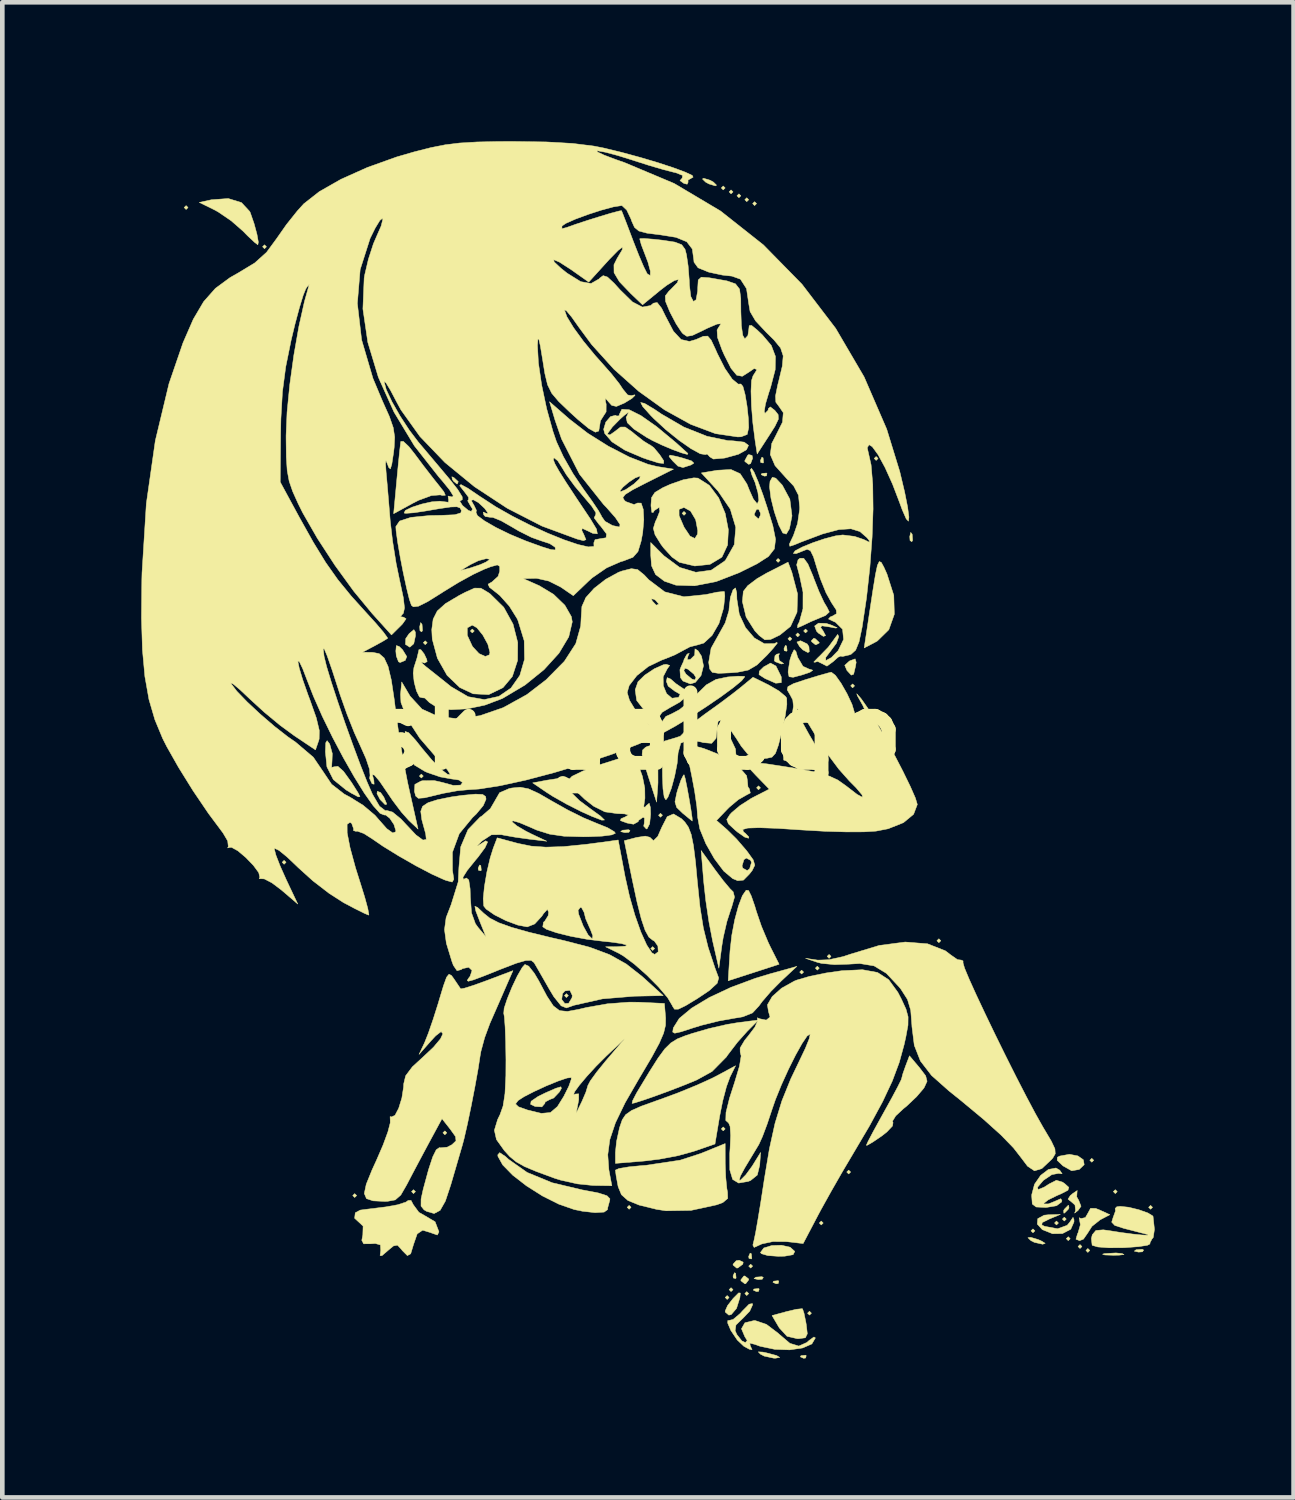
<source format=kicad_pcb>
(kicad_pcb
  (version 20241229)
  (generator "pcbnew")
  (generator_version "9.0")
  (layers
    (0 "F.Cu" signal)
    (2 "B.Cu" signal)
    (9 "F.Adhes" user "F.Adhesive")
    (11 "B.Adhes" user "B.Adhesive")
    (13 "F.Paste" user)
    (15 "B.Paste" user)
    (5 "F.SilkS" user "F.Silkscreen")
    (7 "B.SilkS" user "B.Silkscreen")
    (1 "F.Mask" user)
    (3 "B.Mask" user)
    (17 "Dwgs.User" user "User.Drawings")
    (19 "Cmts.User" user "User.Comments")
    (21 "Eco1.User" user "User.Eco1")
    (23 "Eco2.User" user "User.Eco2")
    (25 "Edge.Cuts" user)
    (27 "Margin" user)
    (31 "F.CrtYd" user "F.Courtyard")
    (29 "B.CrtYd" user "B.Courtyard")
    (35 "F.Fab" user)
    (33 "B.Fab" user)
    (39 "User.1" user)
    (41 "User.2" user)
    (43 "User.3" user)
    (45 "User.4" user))
  (footprint "skogalogo"
    (layer "F.Cu")
    (at 10.663 12.735)
    (property "Reference" "skogalogo" (at 0 0 0) (layer "F.SilkS") (effects (font (size 1.524 1.524) (thickness 0.3))))
    (attr through_hole)
    (fp_poly (pts (xy -9.652 -11.303) (xy -9.694 -11.261) (xy -9.737 -11.303) (xy -9.694 -11.345) (xy -9.652 -11.303)) (stroke (width 0.01) (type solid)) (fill yes) (layer "F.SilkS"))
    (fp_poly (pts (xy -7.959 -10.456) (xy -8.001 -10.414) (xy -8.043 -10.456) (xy -8.001 -10.499) (xy -7.959 -10.456)) (stroke (width 0.01) (type solid)) (fill yes) (layer "F.SilkS"))
    (fp_poly (pts (xy -7.535 2.836) (xy -7.578 2.879) (xy -7.62 2.836) (xy -7.578 2.794) (xy -7.535 2.836)) (stroke (width 0.01) (type solid)) (fill yes) (layer "F.SilkS"))
    (fp_poly (pts (xy -6.011 10.033) (xy -6.054 10.075) (xy -6.096 10.033) (xy -6.054 9.991) (xy -6.011 10.033)) (stroke (width 0.01) (type solid)) (fill yes) (layer "F.SilkS"))
    (fp_poly (pts (xy -4.995 -0.212) (xy -5.038 -0.169) (xy -5.08 -0.212) (xy -5.038 -0.254) (xy -4.995 -0.212)) (stroke (width 0.01) (type solid)) (fill yes) (layer "F.SilkS"))
    (fp_poly (pts (xy -4.741 9.948) (xy -4.784 9.991) (xy -4.826 9.948) (xy -4.784 9.906) (xy -4.741 9.948)) (stroke (width 0.01) (type solid)) (fill yes) (layer "F.SilkS"))
    (fp_poly (pts (xy -4.572 0.974) (xy -4.614 1.016) (xy -4.657 0.974) (xy -4.614 0.931) (xy -4.572 0.974)) (stroke (width 0.01) (type solid)) (fill yes) (layer "F.SilkS"))
    (fp_poly (pts (xy -4.487 -1.905) (xy -4.53 -1.863) (xy -4.572 -1.905) (xy -4.53 -1.947) (xy -4.487 -1.905)) (stroke (width 0.01) (type solid)) (fill yes) (layer "F.SilkS"))
    (fp_poly (pts (xy -4.064 8.678) (xy -4.106 8.721) (xy -4.149 8.678) (xy -4.106 8.636) (xy -4.064 8.678)) (stroke (width 0.01) (type solid)) (fill yes) (layer "F.SilkS"))
    (fp_poly (pts (xy -3.471 -2.159) (xy -3.514 -2.117) (xy -3.556 -2.159) (xy -3.514 -2.201) (xy -3.471 -2.159)) (stroke (width 0.01) (type solid)) (fill yes) (layer "F.SilkS"))
    (fp_poly (pts (xy -1.439 5.715) (xy -1.482 5.757) (xy -1.524 5.715) (xy -1.482 5.673) (xy -1.439 5.715)) (stroke (width 0.01) (type solid)) (fill yes) (layer "F.SilkS"))
    (fp_poly (pts (xy -0.085 10.287) (xy -0.127 10.329) (xy -0.169 10.287) (xy -0.127 10.245) (xy -0.085 10.287)) (stroke (width 0.01) (type solid)) (fill yes) (layer "F.SilkS"))
    (fp_poly (pts (xy 0.423 4.699) (xy 0.381 4.741) (xy 0.339 4.699) (xy 0.381 4.657) (xy 0.423 4.699)) (stroke (width 0.01) (type solid)) (fill yes) (layer "F.SilkS"))
    (fp_poly (pts (xy 0.593 1.82) (xy 0.55 1.863) (xy 0.508 1.82) (xy 0.55 1.778) (xy 0.593 1.82)) (stroke (width 0.01) (type solid)) (fill yes) (layer "F.SilkS"))
    (fp_poly (pts (xy 1.101 -4.699) (xy 1.058 -4.657) (xy 1.016 -4.699) (xy 1.058 -4.741) (xy 1.101 -4.699)) (stroke (width 0.01) (type solid)) (fill yes) (layer "F.SilkS"))
    (fp_poly (pts (xy 1.947 -11.726) (xy 1.905 -11.684) (xy 1.863 -11.726) (xy 1.905 -11.769) (xy 1.947 -11.726)) (stroke (width 0.01) (type solid)) (fill yes) (layer "F.SilkS"))
    (fp_poly (pts (xy 1.947 8.594) (xy 1.905 8.636) (xy 1.863 8.594) (xy 1.905 8.551) (xy 1.947 8.594)) (stroke (width 0.01) (type solid)) (fill yes) (layer "F.SilkS"))
    (fp_poly (pts (xy 2.032 12.234) (xy 1.99 12.277) (xy 1.947 12.234) (xy 1.99 12.192) (xy 2.032 12.234)) (stroke (width 0.01) (type solid)) (fill yes) (layer "F.SilkS"))
    (fp_poly (pts (xy 2.117 -11.642) (xy 2.074 -11.599) (xy 2.032 -11.642) (xy 2.074 -11.684) (xy 2.117 -11.642)) (stroke (width 0.01) (type solid)) (fill yes) (layer "F.SilkS"))
    (fp_poly (pts (xy 2.117 12.065) (xy 2.074 12.107) (xy 2.032 12.065) (xy 2.074 12.023) (xy 2.117 12.065)) (stroke (width 0.01) (type solid)) (fill yes) (layer "F.SilkS"))
    (fp_poly (pts (xy 2.286 -11.557) (xy 2.244 -11.515) (xy 2.201 -11.557) (xy 2.244 -11.599) (xy 2.286 -11.557)) (stroke (width 0.01) (type solid)) (fill yes) (layer "F.SilkS"))
    (fp_poly (pts (xy 2.455 -11.472) (xy 2.413 -11.43) (xy 2.371 -11.472) (xy 2.413 -11.515) (xy 2.455 -11.472)) (stroke (width 0.01) (type solid)) (fill yes) (layer "F.SilkS"))
    (fp_poly (pts (xy 2.455 12.15) (xy 2.413 12.192) (xy 2.371 12.15) (xy 2.413 12.107) (xy 2.455 12.15)) (stroke (width 0.01) (type solid)) (fill yes) (layer "F.SilkS"))
    (fp_poly (pts (xy 2.54 11.557) (xy 2.498 11.599) (xy 2.455 11.557) (xy 2.498 11.515) (xy 2.54 11.557)) (stroke (width 0.01) (type solid)) (fill yes) (layer "F.SilkS"))
    (fp_poly (pts (xy 2.625 -11.388) (xy 2.582 -11.345) (xy 2.54 -11.388) (xy 2.582 -11.43) (xy 2.625 -11.388)) (stroke (width 0.01) (type solid)) (fill yes) (layer "F.SilkS"))
    (fp_poly (pts (xy 2.709 1.228) (xy 2.667 1.27) (xy 2.625 1.228) (xy 2.667 1.185) (xy 2.709 1.228)) (stroke (width 0.01) (type solid)) (fill yes) (layer "F.SilkS"))
    (fp_poly (pts (xy 3.133 -3.683) (xy 3.09 -3.641) (xy 3.048 -3.683) (xy 3.09 -3.725) (xy 3.133 -3.683)) (stroke (width 0.01) (type solid)) (fill yes) (layer "F.SilkS"))
    (fp_poly (pts (xy 3.387 -1.99) (xy 3.344 -1.947) (xy 3.302 -1.99) (xy 3.344 -2.032) (xy 3.387 -1.99)) (stroke (width 0.01) (type solid)) (fill yes) (layer "F.SilkS"))
    (fp_poly (pts (xy 3.556 -2.074) (xy 3.514 -2.032) (xy 3.471 -2.074) (xy 3.514 -2.117) (xy 3.556 -2.074)) (stroke (width 0.01) (type solid)) (fill yes) (layer "F.SilkS"))
    (fp_poly (pts (xy 3.641 5.207) (xy 3.598 5.249) (xy 3.556 5.207) (xy 3.598 5.165) (xy 3.641 5.207)) (stroke (width 0.01) (type solid)) (fill yes) (layer "F.SilkS"))
    (fp_poly (pts (xy 3.725 -2.159) (xy 3.683 -2.117) (xy 3.641 -2.159) (xy 3.683 -2.201) (xy 3.725 -2.159)) (stroke (width 0.01) (type solid)) (fill yes) (layer "F.SilkS"))
    (fp_poly (pts (xy 3.81 12.573) (xy 3.768 12.615) (xy 3.725 12.573) (xy 3.768 12.531) (xy 3.81 12.573)) (stroke (width 0.01) (type solid)) (fill yes) (layer "F.SilkS"))
    (fp_poly (pts (xy 3.979 5.122) (xy 3.937 5.165) (xy 3.895 5.122) (xy 3.937 5.08) (xy 3.979 5.122)) (stroke (width 0.01) (type solid)) (fill yes) (layer "F.SilkS"))
    (fp_poly (pts (xy 4.064 10.626) (xy 4.022 10.668) (xy 3.979 10.626) (xy 4.022 10.583) (xy 4.064 10.626)) (stroke (width 0.01) (type solid)) (fill yes) (layer "F.SilkS"))
    (fp_poly (pts (xy 4.233 4.868) (xy 4.191 4.911) (xy 4.149 4.868) (xy 4.191 4.826) (xy 4.233 4.868)) (stroke (width 0.01) (type solid)) (fill yes) (layer "F.SilkS"))
    (fp_poly (pts (xy 4.657 9.525) (xy 4.614 9.567) (xy 4.572 9.525) (xy 4.614 9.483) (xy 4.657 9.525)) (stroke (width 0.01) (type solid)) (fill yes) (layer "F.SilkS"))
    (fp_poly (pts (xy 4.741 -0.974) (xy 4.699 -0.931) (xy 4.657 -0.974) (xy 4.699 -1.016) (xy 4.741 -0.974)) (stroke (width 0.01) (type solid)) (fill yes) (layer "F.SilkS"))
    (fp_poly (pts (xy 5.249 -5.884) (xy 5.207 -5.842) (xy 5.165 -5.884) (xy 5.207 -5.927) (xy 5.249 -5.884)) (stroke (width 0.01) (type solid)) (fill yes) (layer "F.SilkS"))
    (fp_poly (pts (xy 6.604 4.53) (xy 6.562 4.572) (xy 6.519 4.53) (xy 6.562 4.487) (xy 6.604 4.53)) (stroke (width 0.01) (type solid)) (fill yes) (layer "F.SilkS"))
    (fp_poly (pts (xy 8.636 10.795) (xy 8.594 10.837) (xy 8.551 10.795) (xy 8.594 10.753) (xy 8.636 10.795)) (stroke (width 0.01) (type solid)) (fill yes) (layer "F.SilkS"))
    (fp_poly (pts (xy 9.144 10.626) (xy 9.102 10.668) (xy 9.059 10.626) (xy 9.102 10.583) (xy 9.144 10.626)) (stroke (width 0.01) (type solid)) (fill yes) (layer "F.SilkS"))
    (fp_poly (pts (xy 9.313 10.541) (xy 9.271 10.583) (xy 9.229 10.541) (xy 9.271 10.499) (xy 9.313 10.541)) (stroke (width 0.01) (type solid)) (fill yes) (layer "F.SilkS"))
    (fp_poly (pts (xy 9.398 10.964) (xy 9.356 11.007) (xy 9.313 10.964) (xy 9.356 10.922) (xy 9.398 10.964)) (stroke (width 0.01) (type solid)) (fill yes) (layer "F.SilkS"))
    (fp_poly (pts (xy 9.652 11.134) (xy 9.61 11.176) (xy 9.567 11.134) (xy 9.61 11.091) (xy 9.652 11.134)) (stroke (width 0.01) (type solid)) (fill yes) (layer "F.SilkS"))
    (fp_poly (pts (xy 9.821 11.218) (xy 9.779 11.261) (xy 9.737 11.218) (xy 9.779 11.176) (xy 9.821 11.218)) (stroke (width 0.01) (type solid)) (fill yes) (layer "F.SilkS"))
    (fp_poly (pts (xy 9.906 9.271) (xy 9.864 9.313) (xy 9.821 9.271) (xy 9.864 9.229) (xy 9.906 9.271)) (stroke (width 0.01) (type solid)) (fill yes) (layer "F.SilkS"))
    (fp_poly (pts (xy 10.414 9.948) (xy 10.372 9.991) (xy 10.329 9.948) (xy 10.372 9.906) (xy 10.414 9.948)) (stroke (width 0.01) (type solid)) (fill yes) (layer "F.SilkS"))
    (fp_poly (pts (xy 11.176 10.287) (xy 11.134 10.329) (xy 11.091 10.287) (xy 11.134 10.245) (xy 11.176 10.287)) (stroke (width 0.01) (type solid)) (fill yes) (layer "F.SilkS"))
    (fp_poly (pts (xy -4.599 -2.302) (xy -4.589 -2.17) (xy -4.606 -2.14) (xy -4.644 -2.165) (xy -4.65 -2.251) (xy -4.629 -2.341) (xy -4.599 -2.302)) (stroke (width 0.01) (type solid)) (fill yes) (layer "F.SilkS"))
    (fp_poly (pts (xy -3.33 2.907) (xy -3.32 3.007) (xy -3.33 3.02) (xy -3.381 3.008) (xy -3.387 2.963) (xy -3.356 2.894) (xy -3.33 2.907)) (stroke (width 0.01) (type solid)) (fill yes) (layer "F.SilkS"))
    (fp_poly (pts (xy -0.108 2.15) (xy -0.133 2.189) (xy -0.219 2.195) (xy -0.309 2.174) (xy -0.27 2.143) (xy -0.138 2.133) (xy -0.108 2.15)) (stroke (width 0.01) (type solid)) (fill yes) (layer "F.SilkS"))
    (fp_poly (pts (xy 2.173 11.712) (xy 2.183 11.813) (xy 2.173 11.825) (xy 2.123 11.813) (xy 2.117 11.769) (xy 2.148 11.699) (xy 2.173 11.712)) (stroke (width 0.01) (type solid)) (fill yes) (layer "F.SilkS"))
    (fp_poly (pts (xy 2.512 11.289) (xy 2.522 11.389) (xy 2.512 11.402) (xy 2.461 11.39) (xy 2.455 11.345) (xy 2.486 11.276) (xy 2.512 11.289)) (stroke (width 0.01) (type solid)) (fill yes) (layer "F.SilkS"))
    (fp_poly (pts (xy 2.681 12.051) (xy 2.669 12.101) (xy 2.625 12.107) (xy 2.555 12.076) (xy 2.568 12.051) (xy 2.669 12.041) (xy 2.681 12.051)) (stroke (width 0.01) (type solid)) (fill yes) (layer "F.SilkS"))
    (fp_poly (pts (xy 2.766 -5.898) (xy 2.776 -5.798) (xy 2.766 -5.786) (xy 2.715 -5.797) (xy 2.709 -5.842) (xy 2.74 -5.912) (xy 2.766 -5.898)) (stroke (width 0.01) (type solid)) (fill yes) (layer "F.SilkS"))
    (fp_poly (pts (xy 2.771 11.802) (xy 2.746 11.841) (xy 2.66 11.847) (xy 2.57 11.826) (xy 2.609 11.795) (xy 2.741 11.785) (xy 2.771 11.802)) (stroke (width 0.01) (type solid)) (fill yes) (layer "F.SilkS"))
    (fp_poly (pts (xy 2.85 -5.56) (xy 2.839 -5.509) (xy 2.794 -5.503) (xy 2.724 -5.534) (xy 2.738 -5.56) (xy 2.838 -5.57) (xy 2.85 -5.56)) (stroke (width 0.01) (type solid)) (fill yes) (layer "F.SilkS"))
    (fp_poly (pts (xy 3.104 11.882) (xy 3.093 11.932) (xy 3.048 11.938) (xy 2.978 11.907) (xy 2.992 11.882) (xy 3.092 11.871) (xy 3.104 11.882)) (stroke (width 0.01) (type solid)) (fill yes) (layer "F.SilkS"))
    (fp_poly (pts (xy 3.274 -1.834) (xy 3.284 -1.734) (xy 3.274 -1.722) (xy 3.223 -1.733) (xy 3.217 -1.778) (xy 3.248 -1.848) (xy 3.274 -1.834)) (stroke (width 0.01) (type solid)) (fill yes) (layer "F.SilkS"))
    (fp_poly (pts (xy 3.697 13.49) (xy 3.685 13.541) (xy 3.641 13.547) (xy 3.571 13.516) (xy 3.584 13.49) (xy 3.685 13.48) (xy 3.697 13.49)) (stroke (width 0.01) (type solid)) (fill yes) (layer "F.SilkS"))
    (fp_poly (pts (xy 5.985 -4.249) (xy 5.995 -4.117) (xy 5.978 -4.087) (xy 5.939 -4.112) (xy 5.933 -4.198) (xy 5.954 -4.288) (xy 5.985 -4.249)) (stroke (width 0.01) (type solid)) (fill yes) (layer "F.SilkS"))
    (fp_poly (pts (xy 10.984 11.21) (xy 10.958 11.248) (xy 10.873 11.254) (xy 10.782 11.233) (xy 10.821 11.203) (xy 10.954 11.193) (xy 10.984 11.21)) (stroke (width 0.01) (type solid)) (fill yes) (layer "F.SilkS"))
    (fp_poly (pts (xy -5.495 1.329) (xy -5.423 1.432) (xy -5.36 1.58) (xy -5.396 1.591) (xy -5.505 1.48) (xy -5.572 1.354) (xy -5.565 1.303) (xy -5.495 1.329)) (stroke (width 0.01) (type solid)) (fill yes) (layer "F.SilkS"))
    (fp_poly (pts (xy -3.908 -5.469) (xy -3.817 -5.384) (xy -3.836 -5.335) (xy -3.847 -5.334) (xy -3.919 -5.394) (xy -3.945 -5.432) (xy -3.955 -5.49) (xy -3.908 -5.469)) (stroke (width 0.01) (type solid)) (fill yes) (layer "F.SilkS"))
    (fp_poly (pts (xy 1.621 -11.893) (xy 1.693 -11.853) (xy 1.761 -11.786) (xy 1.736 -11.771) (xy 1.597 -11.813) (xy 1.524 -11.853) (xy 1.456 -11.92) (xy 1.482 -11.935) (xy 1.621 -11.893)) (stroke (width 0.01) (type solid)) (fill yes) (layer "F.SilkS"))
    (fp_poly (pts (xy 2.054 0.144) (xy 2.17 0.389) (xy 2.179 0.506) (xy 2.079 0.499) (xy 1.962 0.434) (xy 1.887 0.301) (xy 1.878 0.118) (xy 1.907 -0.127) (xy 2.054 0.144)) (stroke (width 0.01) (type solid)) (fill yes) (layer "F.SilkS"))
    (fp_poly (pts (xy 2.336 11.471) (xy 2.328 11.515) (xy 2.22 11.596) (xy 2.196 11.599) (xy 2.119 11.535) (xy 2.117 11.515) (xy 2.186 11.44) (xy 2.249 11.43) (xy 2.336 11.471)) (stroke (width 0.01) (type solid)) (fill yes) (layer "F.SilkS"))
    (fp_poly (pts (xy 2.453 11.833) (xy 2.455 11.853) (xy 2.391 11.936) (xy 2.371 11.938) (xy 2.288 11.874) (xy 2.286 11.853) (xy 2.35 11.771) (xy 2.371 11.769) (xy 2.453 11.833)) (stroke (width 0.01) (type solid)) (fill yes) (layer "F.SilkS"))
    (fp_poly (pts (xy 2.528 -5.95) (xy 2.54 -5.889) (xy 2.496 -5.773) (xy 2.455 -5.757) (xy 2.373 -5.818) (xy 2.371 -5.837) (xy 2.432 -5.952) (xy 2.455 -5.969) (xy 2.528 -5.95)) (stroke (width 0.01) (type solid)) (fill yes) (layer "F.SilkS"))
    (fp_poly (pts (xy 3.895 -1.99) (xy 3.975 -1.914) (xy 3.979 -1.9) (xy 3.914 -1.864) (xy 3.895 -1.863) (xy 3.813 -1.928) (xy 3.81 -1.952) (xy 3.862 -2.003) (xy 3.895 -1.99)) (stroke (width 0.01) (type solid)) (fill yes) (layer "F.SilkS"))
    (fp_poly (pts (xy 8.704 10.983) (xy 8.763 11.007) (xy 8.858 11.064) (xy 8.805 11.084) (xy 8.625 11.044) (xy 8.551 11.007) (xy 8.485 10.943) (xy 8.546 10.935) (xy 8.704 10.983)) (stroke (width 0.01) (type solid)) (fill yes) (layer "F.SilkS"))
    (fp_poly (pts (xy 9.371 10.299) (xy 9.356 10.329) (xy 9.276 10.41) (xy 9.261 10.414) (xy 9.255 10.359) (xy 9.271 10.329) (xy 9.351 10.248) (xy 9.366 10.245) (xy 9.371 10.299)) (stroke (width 0.01) (type solid)) (fill yes) (layer "F.SilkS"))
    (fp_poly (pts (xy 10.52 11.286) (xy 10.56 11.307) (xy 10.454 11.32) (xy 10.329 11.322) (xy 10.146 11.316) (xy 10.096 11.299) (xy 10.139 11.286) (xy 10.386 11.272) (xy 10.52 11.286)) (stroke (width 0.01) (type solid)) (fill yes) (layer "F.SilkS"))
    (fp_poly (pts (xy -5.094 -1.825) (xy -5.02 -1.754) (xy -4.929 -1.606) (xy -4.962 -1.523) (xy -5.072 -1.478) (xy -5.107 -1.494) (xy -5.155 -1.619) (xy -5.165 -1.726) (xy -5.154 -1.844) (xy -5.094 -1.825)) (stroke (width 0.01) (type solid)) (fill yes) (layer "F.SilkS"))
    (fp_poly (pts (xy -4.743 -2.135) (xy -4.741 -2.055) (xy -4.778 -1.883) (xy -4.863 -1.809) (xy -4.957 -1.869) (xy -4.957 -1.869) (xy -4.951 -1.995) (xy -4.878 -2.101) (xy -4.775 -2.188) (xy -4.743 -2.135)) (stroke (width 0.01) (type solid)) (fill yes) (layer "F.SilkS"))
    (fp_poly (pts (xy 2.76 13.413) (xy 2.836 13.429) (xy 3.056 13.487) (xy 3.125 13.528) (xy 3.036 13.545) (xy 2.999 13.545) (xy 2.791 13.5) (xy 2.709 13.458) (xy 2.662 13.408) (xy 2.76 13.413)) (stroke (width 0.01) (type solid)) (fill yes) (layer "F.SilkS"))
    (fp_poly (pts (xy 3.719 -1.879) (xy 3.756 -1.82) (xy 3.763 -1.711) (xy 3.733 -1.693) (xy 3.625 -1.751) (xy 3.556 -1.82) (xy 3.496 -1.921) (xy 3.569 -1.947) (xy 3.579 -1.947) (xy 3.719 -1.879)) (stroke (width 0.01) (type solid)) (fill yes) (layer "F.SilkS"))
    (fp_poly (pts (xy 4.776 -1.483) (xy 4.761 -1.393) (xy 4.721 -1.225) (xy 4.67 -1.206) (xy 4.577 -1.306) (xy 4.529 -1.418) (xy 4.628 -1.508) (xy 4.639 -1.514) (xy 4.754 -1.557) (xy 4.776 -1.483)) (stroke (width 0.01) (type solid)) (fill yes) (layer "F.SilkS"))
    (fp_poly (pts (xy 0.897 -5.929) (xy 1.017 -5.897) (xy 1.219 -5.833) (xy 1.271 -5.784) (xy 1.211 -5.745) (xy 1.036 -5.688) (xy 0.926 -5.72) (xy 0.814 -5.831) (xy 0.735 -5.927) (xy 0.754 -5.957) (xy 0.897 -5.929)) (stroke (width 0.01) (type solid)) (fill yes) (layer "F.SilkS"))
    (fp_poly (pts (xy 2.275 12.138) (xy 2.265 12.237) (xy 2.192 12.47) (xy 2.079 12.602) (xy 2.027 12.615) (xy 1.95 12.55) (xy 1.947 12.527) (xy 2 12.407) (xy 2.119 12.255) (xy 2.238 12.135) (xy 2.275 12.138)) (stroke (width 0.01) (type solid)) (fill yes) (layer "F.SilkS"))
    (fp_poly (pts (xy 3.044 -1.402) (xy 3.153 -1.181) (xy 3.159 -1.164) (xy 3.159 -1.043) (xy 3.039 -1.031) (xy 2.812 -1.13) (xy 2.678 -1.216) (xy 2.685 -1.292) (xy 2.778 -1.383) (xy 2.926 -1.466) (xy 3.044 -1.402)) (stroke (width 0.01) (type solid)) (fill yes) (layer "F.SilkS"))
    (fp_poly (pts (xy 3.103 -1.629) (xy 3.113 -1.523) (xy 3.153 -1.496) (xy 3.21 -1.456) (xy 3.159 -1.446) (xy 3.027 -1.496) (xy 3.009 -1.518) (xy 3.023 -1.625) (xy 3.06 -1.658) (xy 3.12 -1.67) (xy 3.103 -1.629)) (stroke (width 0.01) (type solid)) (fill yes) (layer "F.SilkS"))
    (fp_poly (pts (xy 3.351 11.149) (xy 3.45 11.239) (xy 3.414 11.31) (xy 3.233 11.342) (xy 3.097 11.345) (xy 2.868 11.329) (xy 2.729 11.288) (xy 2.709 11.262) (xy 2.781 11.165) (xy 2.953 11.112) (xy 3.164 11.106) (xy 3.351 11.149)) (stroke (width 0.01) (type solid)) (fill yes) (layer "F.SilkS"))
    (fp_poly (pts (xy 9.564 9.177) (xy 9.682 9.26) (xy 9.7 9.366) (xy 9.593 9.469) (xy 9.43 9.498) (xy 9.242 9.392) (xy 9.241 9.391) (xy 9.116 9.272) (xy 9.122 9.205) (xy 9.172 9.18) (xy 9.382 9.142) (xy 9.564 9.177)) (stroke (width 0.01) (type solid)) (fill yes) (layer "F.SilkS"))
    (fp_poly (pts (xy 0.433 0.382) (xy 0.467 0.53) (xy 0.495 0.801) (xy 0.496 1.114) (xy 0.493 1.172) (xy 0.466 1.536) (xy 0.285 0.978) (xy 0.193 0.683) (xy 0.153 0.508) (xy 0.163 0.413) (xy 0.223 0.356) (xy 0.26 0.336) (xy 0.37 0.303) (xy 0.433 0.382)) (stroke (width 0.01) (type solid)) (fill yes) (layer "F.SilkS"))
    (fp_poly (pts (xy 9.547 9.943) (xy 9.539 10.061) (xy 9.581 10.135) (xy 9.632 10.264) (xy 9.568 10.354) (xy 9.493 10.412) (xy 9.514 10.356) (xy 9.501 10.237) (xy 9.437 10.18) (xy 9.351 10.11) (xy 9.401 10.032) (xy 9.456 9.987) (xy 9.55 9.924) (xy 9.547 9.943)) (stroke (width 0.01) (type solid)) (fill yes) (layer "F.SilkS"))
    (fp_poly (pts (xy -1.59 7.72) (xy -1.633 7.796) (xy -1.756 7.926) (xy -1.841 7.959) (xy -1.94 8.012) (xy -1.947 8.043) (xy -2.011 8.118) (xy -2.157 8.109) (xy -2.255 8.063) (xy -2.244 7.996) (xy -2.093 7.893) (xy -1.941 7.818) (xy -1.708 7.716) (xy -1.6 7.684) (xy -1.59 7.72)) (stroke (width 0.01) (type solid)) (fill yes) (layer "F.SilkS"))
    (fp_poly (pts (xy 3.039 -5.459) (xy 3.172 -5.318) (xy 3.181 -5.308) (xy 3.344 -5.004) (xy 3.39 -4.644) (xy 3.335 -4.367) (xy 3.266 -4.251) (xy 3.191 -4.275) (xy 3.104 -4.447) (xy 3.008 -4.735) (xy 2.936 -5.026) (xy 2.905 -5.271) (xy 2.916 -5.391) (xy 2.966 -5.479) (xy 3.039 -5.459)) (stroke (width 0.01) (type solid)) (fill yes) (layer "F.SilkS"))
    (fp_poly (pts (xy 3.475 -1.719) (xy 3.512 -1.592) (xy 3.627 -1.396) (xy 3.754 -1.338) (xy 3.838 -1.312) (xy 3.778 -1.268) (xy 3.619 -1.214) (xy 3.416 -1.159) (xy 3.327 -1.171) (xy 3.307 -1.262) (xy 3.308 -1.299) (xy 3.346 -1.537) (xy 3.383 -1.651) (xy 3.436 -1.756) (xy 3.475 -1.719)) (stroke (width 0.01) (type solid)) (fill yes) (layer "F.SilkS"))
    (fp_poly (pts (xy 4.132 -2.322) (xy 4.254 -2.281) (xy 4.366 -2.228) (xy 4.33 -2.222) (xy 4.197 -2.247) (xy 4.034 -2.271) (xy 4.009 -2.235) (xy 4.06 -2.164) (xy 4.116 -2.059) (xy 4.068 -2.042) (xy 3.959 -2.114) (xy 3.92 -2.155) (xy 3.879 -2.267) (xy 3.963 -2.328) (xy 4.132 -2.322)) (stroke (width 0.01) (type solid)) (fill yes) (layer "F.SilkS"))
    (fp_poly (pts (xy 5.318 -3.64) (xy 5.374 -3.538) (xy 5.441 -3.389) (xy 5.588 -2.929) (xy 5.6 -2.521) (xy 5.481 -2.186) (xy 5.234 -1.944) (xy 5.181 -1.914) (xy 4.949 -1.793) (xy 5.066 -2.569) (xy 5.139 -3.05) (xy 5.193 -3.381) (xy 5.235 -3.578) (xy 5.275 -3.659) (xy 5.318 -3.64)) (stroke (width 0.01) (type solid)) (fill yes) (layer "F.SilkS"))
    (fp_poly (pts (xy 2.452 3.445) (xy 2.51 3.562) (xy 2.586 3.78) (xy 2.62 3.895) (xy 2.73 4.217) (xy 2.874 4.56) (xy 2.92 4.657) (xy 3.112 5.038) (xy 2.012 5.394) (xy 2.052 4.75) (xy 2.09 4.411) (xy 2.154 4.076) (xy 2.234 3.78) (xy 2.319 3.556) (xy 2.4 3.439) (xy 2.452 3.445)) (stroke (width 0.01) (type solid)) (fill yes) (layer "F.SilkS"))
    (fp_poly (pts (xy 3.618 12.48) (xy 3.65 12.575) (xy 3.69 12.771) (xy 3.698 12.817) (xy 3.721 13.018) (xy 3.679 13.104) (xy 3.54 13.123) (xy 3.501 13.123) (xy 3.283 13.072) (xy 3.119 12.894) (xy 3.106 12.874) (xy 2.959 12.624) (xy 3.274 12.538) (xy 3.482 12.489) (xy 3.607 12.476) (xy 3.618 12.48)) (stroke (width 0.01) (type solid)) (fill yes) (layer "F.SilkS"))
    (fp_poly (pts (xy -8.498 -11.41) (xy -8.32 -11.218) (xy -8.308 -11.192) (xy -8.226 -10.956) (xy -8.164 -10.726) (xy -8.134 -10.557) (xy -8.145 -10.499) (xy -8.218 -10.554) (xy -8.368 -10.695) (xy -8.465 -10.794) (xy -8.719 -11.016) (xy -9.002 -11.209) (xy -9.08 -11.252) (xy -9.409 -11.414) (xy -9.149 -11.471) (xy -8.784 -11.498) (xy -8.498 -11.41)) (stroke (width 0.01) (type solid)) (fill yes) (layer "F.SilkS"))
    (fp_poly (pts (xy -1.579 1.032) (xy -1.427 1.281) (xy -1.2 1.504) (xy -0.979 1.669) (xy -0.746 1.838) (xy -0.659 1.923) (xy -0.719 1.926) (xy -0.925 1.847) (xy -1.16 1.741) (xy -1.474 1.582) (xy -1.778 1.41) (xy -1.906 1.328) (xy -2.21 1.121) (xy -1.901 1.063) (xy -1.698 1.032) (xy -1.585 1.028) (xy -1.579 1.032)) (stroke (width 0.01) (type solid)) (fill yes) (layer "F.SilkS"))
    (fp_poly (pts (xy 1.085 1.032) (xy 1.124 1.222) (xy 1.168 1.463) (xy 1.208 1.7) (xy 1.234 1.879) (xy 1.236 1.945) (xy 1.173 1.895) (xy 1.032 1.779) (xy 1.025 1.773) (xy 0.9 1.652) (xy 0.863 1.531) (xy 0.901 1.341) (xy 0.925 1.259) (xy 0.994 1.057) (xy 1.048 0.951) (xy 1.06 0.947) (xy 1.085 1.032)) (stroke (width 0.01) (type solid)) (fill yes) (layer "F.SilkS"))
    (fp_poly (pts (xy 1.732 3.002) (xy 1.906 3.233) (xy 2.051 3.406) (xy 2.12 3.474) (xy 2.149 3.587) (xy 2.083 3.818) (xy 2.072 3.844) (xy 1.984 4.116) (xy 1.905 4.458) (xy 1.875 4.642) (xy 1.811 5.122) (xy 1.675 4.53) (xy 1.598 4.131) (xy 1.529 3.667) (xy 1.484 3.26) (xy 1.428 2.582) (xy 1.732 3.002)) (stroke (width 0.01) (type solid)) (fill yes) (layer "F.SilkS"))
    (fp_poly (pts (xy 3.387 -3.427) (xy 3.51 -2.96) (xy 3.499 -2.566) (xy 3.359 -2.259) (xy 3.13 -2.073) (xy 2.928 -1.976) (xy 2.803 -1.969) (xy 2.681 -2.062) (xy 2.589 -2.16) (xy 2.4 -2.458) (xy 2.319 -2.793) (xy 2.339 -3.014) (xy 2.434 -3.137) (xy 2.636 -3.29) (xy 2.844 -3.41) (xy 3.305 -3.645) (xy 3.387 -3.427)) (stroke (width 0.01) (type solid)) (fill yes) (layer "F.SilkS"))
    (fp_poly (pts (xy -6.593 0.283) (xy -6.537 0.487) (xy -6.543 0.649) (xy -6.552 0.787) (xy -6.497 0.774) (xy -6.416 0.764) (xy -6.295 0.872) (xy -6.122 1.112) (xy -5.982 1.333) (xy -5.939 1.417) (xy -5.977 1.423) (xy -6.119 1.347) (xy -6.239 1.274) (xy -6.514 1.051) (xy -6.653 0.776) (xy -6.686 0.45) (xy -6.678 0.255) (xy -6.649 0.209) (xy -6.593 0.283)) (stroke (width 0.01) (type solid)) (fill yes) (layer "F.SilkS"))
    (fp_poly (pts (xy 9.95 10.311) (xy 10.043 10.349) (xy 10.255 10.446) (xy 10.044 10.557) (xy 9.867 10.698) (xy 9.779 10.837) (xy 9.684 10.974) (xy 9.601 11.007) (xy 9.522 10.976) (xy 9.556 10.859) (xy 9.568 10.836) (xy 9.618 10.662) (xy 9.601 10.569) (xy 9.592 10.512) (xy 9.633 10.529) (xy 9.726 10.508) (xy 9.777 10.419) (xy 9.838 10.308) (xy 9.95 10.311)) (stroke (width 0.01) (type solid)) (fill yes) (layer "F.SilkS"))
    (fp_poly (pts (xy -4.884 -6.141) (xy -4.77 -5.998) (xy -4.56 -5.717) (xy -4.344 -5.438) (xy -4.266 -5.341) (xy -4.128 -5.165) (xy -4.095 -5.09) (xy -4.159 -5.086) (xy -4.207 -5.098) (xy -4.399 -5.083) (xy -4.675 -4.981) (xy -4.798 -4.918) (xy -5.212 -4.692) (xy -5.145 -5.415) (xy -5.112 -5.759) (xy -5.083 -6.044) (xy -5.062 -6.223) (xy -5.058 -6.252) (xy -5.004 -6.254) (xy -4.884 -6.141)) (stroke (width 0.01) (type solid)) (fill yes) (layer "F.SilkS"))
    (fp_poly (pts (xy 8.944 10.541) (xy 8.792 10.617) (xy 8.786 10.669) (xy 8.845 10.697) (xy 9.126 10.75) (xy 9.333 10.675) (xy 9.391 10.604) (xy 9.459 10.503) (xy 9.479 10.55) (xy 9.48 10.602) (xy 9.41 10.76) (xy 9.23 10.854) (xy 9.017 10.857) (xy 8.796 10.769) (xy 8.687 10.649) (xy 8.697 10.532) (xy 8.835 10.457) (xy 8.922 10.448) (xy 9.186 10.44) (xy 8.944 10.541)) (stroke (width 0.01) (type solid)) (fill yes) (layer "F.SilkS"))
    (fp_poly (pts (xy 3.157 5.4) (xy 2.935 5.624) (xy 2.745 5.844) (xy 2.678 5.936) (xy 2.537 6.089) (xy 2.327 6.173) (xy 2.128 6.206) (xy 1.803 6.264) (xy 1.432 6.357) (xy 1.254 6.412) (xy 0.993 6.497) (xy 0.858 6.527) (xy 0.814 6.502) (xy 0.826 6.42) (xy 0.829 6.409) (xy 0.956 6.207) (xy 1.223 5.985) (xy 1.604 5.756) (xy 2.073 5.536) (xy 2.604 5.339) (xy 2.912 5.246) (xy 3.495 5.084) (xy 3.157 5.4)) (stroke (width 0.01) (type solid)) (fill yes) (layer "F.SilkS"))
    (fp_poly (pts (xy 3.644 -3.728) (xy 3.733 -3.607) (xy 3.843 -3.346) (xy 3.86 -3.298) (xy 3.973 -3.012) (xy 4.081 -2.779) (xy 4.147 -2.669) (xy 4.196 -2.569) (xy 4.115 -2.494) (xy 4.025 -2.457) (xy 3.79 -2.358) (xy 3.629 -2.28) (xy 3.51 -2.228) (xy 3.513 -2.287) (xy 3.55 -2.359) (xy 3.627 -2.639) (xy 3.628 -2.998) (xy 3.551 -3.363) (xy 3.545 -3.383) (xy 3.491 -3.587) (xy 3.521 -3.696) (xy 3.563 -3.73) (xy 3.644 -3.728)) (stroke (width 0.01) (type solid)) (fill yes) (layer "F.SilkS"))
    (fp_poly (pts (xy -2.797 9.19) (xy -2.731 9.251) (xy -2.331 9.533) (xy -1.79 9.756) (xy -1.13 9.913) (xy -1.114 9.915) (xy -0.787 9.978) (xy -0.605 10.037) (xy -0.542 10.102) (xy -0.546 10.138) (xy -0.589 10.295) (xy -0.593 10.336) (xy -0.667 10.39) (xy -0.863 10.402) (xy -1.136 10.371) (xy -1.312 10.335) (xy -1.645 10.219) (xy -2 10.041) (xy -2.343 9.824) (xy -2.641 9.593) (xy -2.857 9.372) (xy -2.96 9.187) (xy -2.963 9.153) (xy -2.923 9.106) (xy -2.797 9.19)) (stroke (width 0.01) (type solid)) (fill yes) (layer "F.SilkS"))
    (fp_poly (pts (xy 1.948 9.344) (xy 1.959 9.635) (xy 1.983 9.88) (xy 1.998 9.96) (xy 2.002 10.095) (xy 1.897 10.184) (xy 1.764 10.233) (xy 1.21 10.353) (xy 0.67 10.362) (xy 0.466 10.331) (xy 0.088 10.238) (xy -0.154 10.139) (xy -0.293 10.015) (xy -0.363 9.845) (xy -0.369 9.817) (xy -0.407 9.611) (xy -0.423 9.486) (xy -0.423 9.483) (xy -0.346 9.449) (xy -0.139 9.414) (xy 0.155 9.385) (xy 0.233 9.38) (xy 0.975 9.269) (xy 1.418 9.125) (xy 1.947 8.91) (xy 1.948 9.344)) (stroke (width 0.01) (type solid)) (fill yes) (layer "F.SilkS"))
    (fp_poly (pts (xy 2.051 7.472) (xy 1.975 7.68) (xy 1.894 7.988) (xy 1.828 8.318) (xy 1.727 8.919) (xy 1.265 9.079) (xy 0.931 9.171) (xy 0.523 9.248) (xy 0.191 9.288) (xy -0.423 9.338) (xy -0.423 9.103) (xy -0.398 8.861) (xy -0.337 8.58) (xy -0.327 8.547) (xy -0.275 8.395) (xy -0.202 8.286) (xy -0.075 8.196) (xy 0.14 8.101) (xy 0.477 7.98) (xy 0.541 7.958) (xy 0.939 7.811) (xy 1.332 7.65) (xy 1.655 7.504) (xy 1.742 7.46) (xy 2.172 7.229) (xy 2.051 7.472)) (stroke (width 0.01) (type solid)) (fill yes) (layer "F.SilkS"))
    (fp_poly (pts (xy 0.206 -7.074) (xy 0.42 -6.946) (xy 0.569 -6.845) (xy 1.054 -6.563) (xy 1.55 -6.365) (xy 2.004 -6.27) (xy 2.118 -6.265) (xy 2.358 -6.237) (xy 2.451 -6.167) (xy 2.407 -6.073) (xy 2.236 -5.976) (xy 1.948 -5.896) (xy 1.926 -5.892) (xy 1.693 -5.872) (xy 1.609 -5.923) (xy 1.609 -5.928) (xy 1.557 -5.981) (xy 1.522 -5.968) (xy 1.409 -5.986) (xy 1.206 -6.098) (xy 0.948 -6.278) (xy 0.669 -6.503) (xy 0.402 -6.749) (xy 0.343 -6.809) (xy 0.167 -7.005) (xy 0.122 -7.093) (xy 0.206 -7.074)) (stroke (width 0.01) (type solid)) (fill yes) (layer "F.SilkS"))
    (fp_poly (pts (xy 2.423 6.486) (xy 2.209 6.726) (xy 2.001 6.998) (xy 1.972 7.041) (xy 1.663 7.354) (xy 1.327 7.539) (xy 1.064 7.647) (xy 0.753 7.767) (xy 0.44 7.882) (xy 0.169 7.976) (xy -0.015 8.034) (xy -0.064 8.043) (xy -0.05 7.98) (xy 0.032 7.822) (xy 0.064 7.768) (xy 0.312 7.357) (xy 0.497 7.065) (xy 0.642 6.867) (xy 0.774 6.737) (xy 0.914 6.65) (xy 1.089 6.58) (xy 1.237 6.531) (xy 1.604 6.425) (xy 1.993 6.336) (xy 2.211 6.3) (xy 2.667 6.241) (xy 2.423 6.486)) (stroke (width 0.01) (type solid)) (fill yes) (layer "F.SilkS"))
    (fp_poly (pts (xy 2.196 -2.986) (xy 2.2 -2.846) (xy 2.252 -2.519) (xy 2.387 -2.23) (xy 2.577 -2.008) (xy 2.794 -1.884) (xy 3.01 -1.887) (xy 3.064 -1.914) (xy 3.073 -1.896) (xy 2.983 -1.783) (xy 2.847 -1.633) (xy 2.634 -1.426) (xy 2.448 -1.316) (xy 2.216 -1.268) (xy 2.067 -1.256) (xy 1.806 -1.244) (xy 1.669 -1.265) (xy 1.612 -1.339) (xy 1.591 -1.482) (xy 1.643 -1.787) (xy 1.799 -2.066) (xy 1.948 -2.334) (xy 2.028 -2.595) (xy 2.033 -2.659) (xy 2.06 -2.888) (xy 2.117 -3.048) (xy 2.17 -3.089) (xy 2.196 -2.986)) (stroke (width 0.01) (type solid)) (fill yes) (layer "F.SilkS"))
    (fp_poly (pts (xy 6.143 7.271) (xy 6.277 7.447) (xy 6.307 7.565) (xy 6.248 7.695) (xy 6.23 7.722) (xy 6.082 7.896) (xy 5.869 8.098) (xy 5.793 8.16) (xy 5.63 8.312) (xy 5.56 8.426) (xy 5.572 8.457) (xy 5.56 8.531) (xy 5.437 8.661) (xy 5.326 8.748) (xy 5.135 8.878) (xy 5.016 8.946) (xy 4.995 8.947) (xy 5.034 8.861) (xy 5.138 8.663) (xy 5.289 8.388) (xy 5.376 8.231) (xy 5.543 7.929) (xy 5.673 7.685) (xy 5.747 7.536) (xy 5.757 7.507) (xy 5.784 7.403) (xy 5.842 7.238) (xy 5.927 7.015) (xy 6.143 7.271)) (stroke (width 0.01) (type solid)) (fill yes) (layer "F.SilkS"))
    (fp_poly (pts (xy 1.36 -1.733) (xy 1.436 -1.614) (xy 1.479 -1.407) (xy 1.426 -1.197) (xy 1.303 -1.049) (xy 1.196 -1.016) (xy 1.036 -1.078) (xy 0.982 -1.151) (xy 0.971 -1.304) (xy 1.054 -1.304) (xy 1.101 -1.228) (xy 1.228 -1.121) (xy 1.291 -1.101) (xy 1.317 -1.152) (xy 1.27 -1.228) (xy 1.143 -1.334) (xy 1.08 -1.355) (xy 1.054 -1.304) (xy 0.971 -1.304) (xy 0.97 -1.322) (xy 0.993 -1.383) (xy 1.052 -1.511) (xy 1.057 -1.538) (xy 1.112 -1.641) (xy 1.135 -1.665) (xy 1.172 -1.675) (xy 1.145 -1.619) (xy 1.127 -1.536) (xy 1.195 -1.545) (xy 1.288 -1.636) (xy 1.291 -1.683) (xy 1.295 -1.773) (xy 1.36 -1.733)) (stroke (width 0.01) (type solid)) (fill yes) (layer "F.SilkS"))
    (fp_poly (pts (xy 9.172 9.485) (xy 9.224 9.563) (xy 9.144 9.554) (xy 9.001 9.581) (xy 8.825 9.7) (xy 8.813 9.711) (xy 8.693 9.852) (xy 8.704 9.903) (xy 8.831 9.854) (xy 8.944 9.782) (xy 9.099 9.703) (xy 9.232 9.743) (xy 9.281 9.777) (xy 9.368 9.856) (xy 9.349 9.918) (xy 9.201 9.995) (xy 9.114 10.032) (xy 8.923 10.126) (xy 8.831 10.198) (xy 8.831 10.214) (xy 8.93 10.213) (xy 9.062 10.159) (xy 9.195 10.101) (xy 9.219 10.142) (xy 9.21 10.173) (xy 9.103 10.253) (xy 8.885 10.289) (xy 8.865 10.29) (xy 8.662 10.28) (xy 8.579 10.216) (xy 8.567 10.05) (xy 8.568 10.011) (xy 8.627 9.789) (xy 8.76 9.597) (xy 8.928 9.469) (xy 9.09 9.438) (xy 9.172 9.485)) (stroke (width 0.01) (type solid)) (fill yes) (layer "F.SilkS"))
    (fp_poly (pts (xy -3.329 -3.083) (xy -3.163 -2.985) (xy -3.128 -2.96) (xy -2.834 -2.67) (xy -2.634 -2.307) (xy -2.533 -1.911) (xy -2.536 -1.521) (xy -2.649 -1.176) (xy -2.851 -0.935) (xy -3.16 -0.785) (xy -3.495 -0.802) (xy -3.784 -0.938) (xy -4.059 -1.202) (xy -4.267 -1.57) (xy -4.378 -1.981) (xy -4.383 -2.066) (xy -3.622 -2.066) (xy -3.517 -1.838) (xy -3.504 -1.817) (xy -3.368 -1.671) (xy -3.232 -1.609) (xy -3.144 -1.645) (xy -3.133 -1.698) (xy -3.178 -1.872) (xy -3.286 -2.07) (xy -3.415 -2.229) (xy -3.516 -2.286) (xy -3.622 -2.226) (xy -3.622 -2.066) (xy -4.383 -2.066) (xy -4.389 -2.19) (xy -4.359 -2.415) (xy -4.271 -2.59) (xy -4.095 -2.749) (xy -3.801 -2.924) (xy -3.659 -2.998) (xy -3.464 -3.085) (xy -3.329 -3.083)) (stroke (width 0.01) (type solid)) (fill yes) (layer "F.SilkS"))
    (fp_poly (pts (xy 0.749 -1.416) (xy 0.694 -1.338) (xy 0.608 -1.171) (xy 0.611 -0.978) (xy 0.681 -0.807) (xy 0.799 -0.707) (xy 0.942 -0.726) (xy 0.974 -0.794) (xy 0.861 -0.858) (xy 0.717 -0.967) (xy 0.677 -1.07) (xy 0.695 -1.152) (xy 0.77 -1.121) (xy 0.883 -1.022) (xy 1.071 -0.895) (xy 1.2 -0.895) (xy 1.235 -0.891) (xy 1.163 -0.79) (xy 1.158 -0.784) (xy 0.963 -0.621) (xy 0.756 -0.505) (xy 0.583 -0.401) (xy 0.508 -0.289) (xy 0.508 -0.286) (xy 0.459 -0.18) (xy 0.423 -0.169) (xy 0.345 -0.236) (xy 0.339 -0.276) (xy 0.274 -0.4) (xy 0.169 -0.488) (xy 0.036 -0.659) (xy 0.004 -0.889) (xy 0.065 -1.063) (xy 0.211 -1.206) (xy 0.419 -1.344) (xy 0.613 -1.43) (xy 0.671 -1.439) (xy 0.749 -1.416)) (stroke (width 0.01) (type solid)) (fill yes) (layer "F.SilkS"))
    (fp_poly (pts (xy 10.659 10.285) (xy 10.88 10.339) (xy 11.076 10.409) (xy 11.182 10.474) (xy 11.187 10.484) (xy 11.217 10.763) (xy 11.191 10.939) (xy 11.163 10.972) (xy 11.117 11.06) (xy 11.123 11.076) (xy 11.064 11.107) (xy 10.873 11.136) (xy 10.591 11.157) (xy 10.54 11.159) (xy 10.232 11.161) (xy 9.995 11.143) (xy 9.875 11.108) (xy 9.871 11.103) (xy 9.855 10.962) (xy 9.875 10.879) (xy 9.952 10.787) (xy 10.112 10.773) (xy 10.236 10.79) (xy 10.489 10.83) (xy 10.737 10.863) (xy 10.943 10.884) (xy 11.069 10.89) (xy 11.077 10.877) (xy 11.049 10.869) (xy 10.854 10.818) (xy 10.598 10.752) (xy 10.561 10.743) (xy 10.36 10.678) (xy 10.294 10.607) (xy 10.325 10.506) (xy 10.376 10.365) (xy 10.369 10.312) (xy 10.403 10.276) (xy 10.477 10.266) (xy 10.659 10.285)) (stroke (width 0.01) (type solid)) (fill yes) (layer "F.SilkS"))
    (fp_poly (pts (xy -4.789 10.229) (xy -4.667 10.395) (xy -4.547 10.463) (xy -4.317 10.599) (xy -4.235 10.813) (xy -4.235 10.819) (xy -4.269 10.885) (xy -4.398 10.84) (xy -4.404 10.836) (xy -4.586 10.781) (xy -4.704 10.861) (xy -4.784 11.092) (xy -4.844 11.29) (xy -4.916 11.33) (xy -5.026 11.22) (xy -5.042 11.198) (xy -5.129 11.104) (xy -5.217 11.121) (xy -5.335 11.219) (xy -5.465 11.331) (xy -5.505 11.329) (xy -5.491 11.218) (xy -5.498 11.099) (xy -5.609 11.068) (xy -5.696 11.074) (xy -5.86 11.075) (xy -5.9 10.999) (xy -5.878 10.884) (xy -5.872 10.693) (xy -5.946 10.623) (xy -6.055 10.523) (xy -6.041 10.405) (xy -5.934 10.347) (xy -5.774 10.326) (xy -5.52 10.295) (xy -5.376 10.277) (xy -5.122 10.231) (xy -4.944 10.172) (xy -4.899 10.139) (xy -4.837 10.137) (xy -4.789 10.229)) (stroke (width 0.01) (type solid)) (fill yes) (layer "F.SilkS"))
    (fp_poly (pts (xy -0.022 0.578) (xy 0.076 0.746) (xy 0.16 0.981) (xy 0.211 1.234) (xy 0.214 1.454) (xy 0.211 1.472) (xy 0.188 1.635) (xy 0.216 1.648) (xy 0.248 1.609) (xy 0.306 1.561) (xy 0.332 1.65) (xy 0.337 1.799) (xy 0.316 2.005) (xy 0.261 2.112) (xy 0.245 2.117) (xy 0.188 2.055) (xy 0.2 1.99) (xy 0.205 1.88) (xy 0.174 1.863) (xy 0.08 1.929) (xy 0.067 1.959) (xy -0.032 2.014) (xy -0.173 1.988) (xy -0.314 1.936) (xy -0.302 1.895) (xy -0.212 1.856) (xy -0.143 1.814) (xy -0.223 1.791) (xy -0.387 1.784) (xy -0.65 1.747) (xy -0.892 1.626) (xy -1.085 1.475) (xy -1.282 1.288) (xy -1.411 1.129) (xy -1.439 1.06) (xy -1.359 0.978) (xy -1.126 0.865) (xy -0.754 0.727) (xy -0.257 0.569) (xy -0.117 0.527) (xy -0.022 0.578)) (stroke (width 0.01) (type solid)) (fill yes) (layer "F.SilkS"))
    (fp_poly (pts (xy 2.54 12.391) (xy 2.478 12.528) (xy 2.329 12.684) (xy 2.323 12.689) (xy 2.18 12.828) (xy 2.162 12.949) (xy 2.199 13.034) (xy 2.307 13.171) (xy 2.384 13.208) (xy 2.423 13.162) (xy 2.372 13.082) (xy 2.299 12.909) (xy 2.373 12.78) (xy 2.571 12.732) (xy 2.597 12.733) (xy 2.837 12.814) (xy 3.091 13.006) (xy 3.105 13.02) (xy 3.345 13.224) (xy 3.537 13.283) (xy 3.712 13.205) (xy 3.762 13.16) (xy 3.864 13.087) (xy 3.895 13.107) (xy 3.819 13.237) (xy 3.62 13.324) (xy 3.34 13.365) (xy 3.019 13.354) (xy 2.7 13.287) (xy 2.59 13.247) (xy 2.478 13.219) (xy 2.489 13.278) (xy 2.528 13.362) (xy 2.467 13.351) (xy 2.349 13.286) (xy 2.208 13.152) (xy 2.071 12.948) (xy 2.067 12.94) (xy 2.001 12.785) (xy 2.005 12.728) (xy 2.017 12.733) (xy 2.119 12.708) (xy 2.27 12.581) (xy 2.321 12.524) (xy 2.464 12.379) (xy 2.535 12.365) (xy 2.54 12.391)) (stroke (width 0.01) (type solid)) (fill yes) (layer "F.SilkS"))
    (fp_poly (pts (xy 1.359 -5.46) (xy 1.605 -5.304) (xy 1.806 -5.035) (xy 1.947 -4.7) (xy 2.016 -4.345) (xy 1.999 -4.016) (xy 1.881 -3.762) (xy 1.867 -3.747) (xy 1.617 -3.597) (xy 1.29 -3.563) (xy 0.959 -3.641) (xy 0.798 -3.756) (xy 0.617 -3.954) (xy 0.561 -4.029) (xy 0.433 -4.235) (xy 0.396 -4.374) (xy 0.439 -4.517) (xy 0.472 -4.585) (xy 0.536 -4.748) (xy 0.53 -4.785) (xy 0.951 -4.785) (xy 0.952 -4.65) (xy 1.059 -4.401) (xy 1.061 -4.398) (xy 1.188 -4.208) (xy 1.292 -4.157) (xy 1.349 -4.249) (xy 1.355 -4.324) (xy 1.31 -4.562) (xy 1.199 -4.749) (xy 1.057 -4.826) (xy 1.055 -4.826) (xy 0.951 -4.785) (xy 0.53 -4.785) (xy 0.524 -4.825) (xy 0.517 -4.826) (xy 0.417 -4.76) (xy 0.395 -4.72) (xy 0.364 -4.718) (xy 0.346 -4.851) (xy 0.345 -4.879) (xy 0.357 -5.04) (xy 0.429 -5.15) (xy 0.598 -5.252) (xy 0.766 -5.328) (xy 1.041 -5.424) (xy 1.27 -5.466) (xy 1.359 -5.46)) (stroke (width 0.01) (type solid)) (fill yes) (layer "F.SilkS"))
    (fp_poly (pts (xy -0.126 -6.937) (xy 0.127 -6.811) (xy 0.467 -6.572) (xy 0.885 -6.225) (xy 1.143 -5.992) (xy 1.131 -5.971) (xy 1.006 -6.005) (xy 0.811 -6.077) (xy 0.586 -6.172) (xy 0.374 -6.273) (xy 0.254 -6.339) (xy -0.024 -6.52) (xy -0.166 -6.656) (xy -0.192 -6.769) (xy -0.151 -6.85) (xy -0.143 -6.882) (xy -0.236 -6.812) (xy -0.321 -6.736) (xy -0.488 -6.566) (xy -0.584 -6.435) (xy -0.593 -6.406) (xy -0.541 -6.393) (xy -0.427 -6.474) (xy -0.312 -6.563) (xy -0.213 -6.563) (xy -0.07 -6.464) (xy 0.003 -6.403) (xy 0.182 -6.262) (xy 0.306 -6.184) (xy 0.324 -6.178) (xy 0.409 -6.115) (xy 0.533 -5.966) (xy 0.62 -5.835) (xy 0.618 -5.777) (xy 0.508 -5.788) (xy 0.267 -5.864) (xy 0.169 -5.898) (xy -0.215 -6.062) (xy -0.498 -6.244) (xy -0.655 -6.426) (xy -0.677 -6.515) (xy -0.631 -6.67) (xy -0.528 -6.789) (xy -0.42 -6.817) (xy -0.394 -6.801) (xy -0.342 -6.807) (xy -0.339 -6.835) (xy -0.284 -6.947) (xy -0.126 -6.937)) (stroke (width 0.01) (type solid)) (fill yes) (layer "F.SilkS"))
    (fp_poly (pts (xy 1.356 0.343) (xy 1.485 0.378) (xy 1.778 0.493) (xy 2.055 0.648) (xy 2.278 0.815) (xy 2.41 0.967) (xy 2.425 1.057) (xy 2.439 1.207) (xy 2.47 1.251) (xy 2.49 1.339) (xy 2.394 1.39) (xy 2.231 1.483) (xy 2.035 1.648) (xy 1.996 1.687) (xy 1.76 1.933) (xy 1.985 2.129) (xy 2.192 2.333) (xy 2.4 2.574) (xy 2.423 2.603) (xy 2.553 2.784) (xy 2.587 2.898) (xy 2.532 3.011) (xy 2.475 3.085) (xy 2.342 3.221) (xy 2.217 3.233) (xy 2.109 3.188) (xy 1.917 3.027) (xy 1.832 2.915) (xy 2.311 2.915) (xy 2.328 2.963) (xy 2.422 3.014) (xy 2.474 2.978) (xy 2.515 2.842) (xy 2.498 2.794) (xy 2.404 2.744) (xy 2.352 2.779) (xy 2.311 2.915) (xy 1.832 2.915) (xy 1.713 2.757) (xy 1.53 2.435) (xy 1.399 2.115) (xy 1.353 1.866) (xy 1.335 1.628) (xy 1.287 1.298) (xy 1.226 0.974) (xy 1.164 0.674) (xy 1.119 0.442) (xy 1.101 0.324) (xy 1.101 0.322) (xy 1.173 0.309) (xy 1.356 0.343)) (stroke (width 0.01) (type solid)) (fill yes) (layer "F.SilkS"))
    (fp_poly (pts (xy 2.89 -0.991) (xy 3.108 -0.864) (xy 3.252 -0.744) (xy 3.276 -0.707) (xy 3.279 -0.572) (xy 3.244 -0.326) (xy 3.18 -0.02) (xy 3.175 0.000099) (xy 3.097 0.306) (xy 3.033 0.483) (xy 2.957 0.566) (xy 2.843 0.591) (xy 2.742 0.593) (xy 2.566 0.575) (xy 2.433 0.499) (xy 2.295 0.33) (xy 2.193 0.169) (xy 2.001 -0.112) (xy 1.867 -0.239) (xy 1.794 -0.208) (xy 1.778 -0.092) (xy 1.75 0.159) (xy 1.655 0.267) (xy 1.47 0.251) (xy 1.432 0.239) (xy 1.155 0.188) (xy 0.988 0.264) (xy 0.931 0.468) (xy 0.931 0.468) (xy 0.91 0.7) (xy 0.856 0.976) (xy 0.785 1.238) (xy 0.711 1.429) (xy 0.667 1.488) (xy 0.631 1.434) (xy 0.604 1.249) (xy 0.593 0.972) (xy 0.593 0.936) (xy 0.59 0.631) (xy 0.585 0.395) (xy 0.577 0.277) (xy 0.576 0.275) (xy 0.637 0.218) (xy 0.804 0.169) (xy 0.978 0.114) (xy 1.049 0.042) (xy 1.113 -0.045) (xy 1.282 -0.194) (xy 1.519 -0.372) (xy 1.814 -0.583) (xy 2.097 -0.795) (xy 2.269 -0.93) (xy 2.548 -1.16) (xy 2.89 -0.991)) (stroke (width 0.01) (type solid)) (fill yes) (layer "F.SilkS"))
    (fp_poly (pts (xy 2.568 -5.596) (xy 2.655 -5.393) (xy 2.765 -5.095) (xy 2.848 -4.846) (xy 2.976 -4.432) (xy 3.035 -4.14) (xy 3.01 -3.932) (xy 2.883 -3.769) (xy 2.639 -3.612) (xy 2.261 -3.424) (xy 2.246 -3.417) (xy 1.752 -3.226) (xy 1.286 -3.135) (xy 0.884 -3.148) (xy 0.635 -3.234) (xy 0.444 -3.378) (xy 0.357 -3.567) (xy 0.34 -3.792) (xy 0.339 -4.07) (xy 0.625 -3.783) (xy 0.964 -3.532) (xy 1.313 -3.427) (xy 1.645 -3.472) (xy 1.933 -3.667) (xy 1.958 -3.694) (xy 2.144 -4.024) (xy 2.176 -4.397) (xy 2.09 -4.681) (xy 2.574 -4.681) (xy 2.586 -4.651) (xy 2.668 -4.576) (xy 2.708 -4.661) (xy 2.709 -4.704) (xy 2.668 -4.791) (xy 2.623 -4.783) (xy 2.574 -4.681) (xy 2.09 -4.681) (xy 2.058 -4.79) (xy 1.792 -5.181) (xy 1.762 -5.214) (xy 1.433 -5.572) (xy 1.778 -5.63) (xy 2.072 -5.646) (xy 2.27 -5.556) (xy 2.416 -5.334) (xy 2.47 -5.199) (xy 2.555 -5.009) (xy 2.632 -4.914) (xy 2.643 -4.911) (xy 2.674 -4.98) (xy 2.654 -5.15) (xy 2.594 -5.363) (xy 2.525 -5.524) (xy 2.491 -5.644) (xy 2.516 -5.672) (xy 2.568 -5.596)) (stroke (width 0.01) (type solid)) (fill yes) (layer "F.SilkS"))
    (fp_poly (pts (xy 6.317 4.596) (xy 6.701 4.747) (xy 6.822 4.839) (xy 6.964 4.938) (xy 7.046 4.948) (xy 7.084 4.966) (xy 7.084 5.011) (xy 7.117 5.123) (xy 7.215 5.358) (xy 7.366 5.692) (xy 7.556 6.096) (xy 7.772 6.545) (xy 8.002 7.013) (xy 8.233 7.473) (xy 8.452 7.898) (xy 8.646 8.263) (xy 8.802 8.541) (xy 8.831 8.59) (xy 8.99 8.858) (xy 9.068 9.024) (xy 9.075 9.131) (xy 9.023 9.221) (xy 8.994 9.254) (xy 8.786 9.45) (xy 8.626 9.499) (xy 8.476 9.398) (xy 8.355 9.237) (xy 8.173 9.003) (xy 7.904 8.726) (xy 7.532 8.391) (xy 7.041 7.983) (xy 6.777 7.771) (xy 6.404 7.44) (xy 6.164 7.128) (xy 6.031 6.789) (xy 5.98 6.381) (xy 5.979 6.354) (xy 5.954 6.031) (xy 5.884 5.798) (xy 5.744 5.579) (xy 5.704 5.529) (xy 5.428 5.234) (xy 5.162 5.073) (xy 4.853 5.022) (xy 4.614 5.036) (xy 4.308 5.046) (xy 4.027 5.019) (xy 3.937 4.996) (xy 3.683 4.91) (xy 3.948 4.949) (xy 4.188 4.94) (xy 4.497 4.872) (xy 4.653 4.82) (xy 5.272 4.632) (xy 5.834 4.558) (xy 6.317 4.596)) (stroke (width 0.01) (type solid)) (fill yes) (layer "F.SilkS"))
    (fp_poly (pts (xy -2.8 5.552) (xy -2.94 5.874) (xy -3.093 6.223) (xy -3.135 6.319) (xy -3.247 6.622) (xy -3.328 6.921) (xy -3.345 7.018) (xy -3.389 7.304) (xy -3.457 7.682) (xy -3.537 8.095) (xy -3.619 8.488) (xy -3.691 8.803) (xy -3.725 8.932) (xy -3.786 9.141) (xy -3.875 9.447) (xy -3.974 9.786) (xy -3.978 9.8) (xy -4.095 10.152) (xy -4.209 10.353) (xy -4.338 10.421) (xy -4.5 10.374) (xy -4.557 10.34) (xy -4.621 10.26) (xy -4.62 10.107) (xy -4.574 9.897) (xy -4.459 9.474) (xy -4.368 9.197) (xy -4.293 9.045) (xy -4.225 8.997) (xy -4.2 9.002) (xy -4.056 8.988) (xy -3.954 8.935) (xy -3.866 8.851) (xy -3.876 8.759) (xy -3.989 8.601) (xy -4.168 8.373) (xy -4.457 8.907) (xy -4.635 9.24) (xy -4.811 9.572) (xy -4.93 9.8) (xy -5.058 10.022) (xy -5.178 10.127) (xy -5.348 10.158) (xy -5.414 10.159) (xy -5.656 10.147) (xy -5.799 10.099) (xy -5.846 9.988) (xy -5.804 9.789) (xy -5.678 9.478) (xy -5.585 9.275) (xy -5.441 8.942) (xy -5.337 8.659) (xy -5.286 8.464) (xy -5.286 8.408) (xy -5.289 8.328) (xy -5.257 8.335) (xy -5.183 8.3) (xy -5.103 8.147) (xy -5.035 7.927) (xy -4.998 7.689) (xy -4.995 7.621) (xy -4.953 7.446) (xy -4.808 7.253) (xy -4.572 7.036) (xy -4.354 6.831) (xy -4.201 6.649) (xy -4.149 6.539) (xy -4.187 6.492) (xy -4.305 6.583) (xy -4.406 6.692) (xy -4.664 6.985) (xy -4.544 6.731) (xy -4.463 6.527) (xy -4.357 6.22) (xy -4.247 5.873) (xy -4.232 5.82) (xy -4.135 5.499) (xy -4.069 5.317) (xy -4.017 5.253) (xy -3.963 5.281) (xy -3.91 5.354) (xy -3.81 5.503) (xy -3.764 5.57) (xy -3.683 5.555) (xy -3.485 5.492) (xy -3.213 5.394) (xy -3.191 5.386) (xy -2.636 5.176) (xy -2.8 5.552)) (stroke (width 0.01) (type solid)) (fill yes) (layer "F.SilkS"))
    (fp_poly (pts (xy -2.295 5.08) (xy -2.173 5.235) (xy -2.079 5.394) (xy -1.901 5.729) (xy -1.764 5.937) (xy -1.63 6.039) (xy -1.461 6.057) (xy -1.217 6.012) (xy -1.044 5.971) (xy -0.596 5.892) (xy -0.125 5.856) (xy 0.085 5.858) (xy 0.635 5.884) (xy 0.661 6.2) (xy 0.659 6.354) (xy 0.618 6.525) (xy 0.524 6.743) (xy 0.364 7.039) (xy 0.126 7.442) (xy 0.094 7.495) (xy -0.213 8.027) (xy -0.422 8.46) (xy -0.544 8.824) (xy -0.588 9.151) (xy -0.565 9.472) (xy -0.556 9.524) (xy -0.5 9.821) (xy -0.906 9.815) (xy -1.241 9.781) (xy -1.605 9.7) (xy -1.736 9.659) (xy -2.122 9.517) (xy -2.385 9.407) (xy -2.566 9.305) (xy -2.703 9.192) (xy -2.823 9.06) (xy -2.992 8.824) (xy -3.037 8.623) (xy -2.966 8.389) (xy -2.915 8.285) (xy -2.849 8.099) (xy -2.842 8.055) (xy -2.58 8.055) (xy -2.517 8.116) (xy -2.32 8.186) (xy -2.023 8.258) (xy -1.826 8.24) (xy -1.675 8.111) (xy -1.537 7.889) (xy -1.52 7.855) (xy -1.327 7.855) (xy -1.283 7.84) (xy -1.216 7.836) (xy -1.216 7.965) (xy -1.225 8.015) (xy -1.271 8.255) (xy -1.147 8.001) (xy -1.061 7.801) (xy -1.02 7.665) (xy -1.02 7.661) (xy -0.966 7.558) (xy -0.829 7.368) (xy -0.637 7.131) (xy -0.62 7.111) (xy -0.224 6.646) (xy -0.627 7.027) (xy -0.841 7.241) (xy -1.039 7.457) (xy -1.201 7.649) (xy -1.304 7.791) (xy -1.327 7.855) (xy -1.52 7.855) (xy -1.429 7.672) (xy -1.376 7.521) (xy -1.377 7.484) (xy -1.47 7.495) (xy -1.665 7.562) (xy -1.917 7.665) (xy -2.177 7.785) (xy -2.399 7.899) (xy -2.525 7.981) (xy -2.58 8.055) (xy -2.842 8.055) (xy -2.808 7.83) (xy -2.789 7.446) (xy -2.787 7.097) (xy -2.793 6.714) (xy -2.805 6.394) (xy -2.821 6.175) (xy -2.835 6.098) (xy -2.826 5.988) (xy -2.758 5.782) (xy -2.656 5.532) (xy -2.541 5.289) (xy -2.435 5.107) (xy -2.378 5.042) (xy -2.295 5.08)) (stroke (width 0.01) (type solid)) (fill yes) (layer "F.SilkS"))
    (fp_poly (pts (xy 5.236 5.215) (xy 5.479 5.372) (xy 5.677 5.645) (xy 5.754 5.794) (xy 5.852 6.007) (xy 5.897 6.173) (xy 5.895 6.354) (xy 5.848 6.61) (xy 5.812 6.772) (xy 5.706 7.159) (xy 5.556 7.56) (xy 5.347 8.005) (xy 5.065 8.526) (xy 4.716 9.117) (xy 4.478 9.519) (xy 4.23 9.952) (xy 4.014 10.341) (xy 3.947 10.467) (xy 3.631 11.069) (xy 3.267 11.028) (xy 2.978 11.026) (xy 2.74 11.077) (xy 2.709 11.091) (xy 2.572 11.153) (xy 2.545 11.102) (xy 2.571 10.995) (xy 2.604 10.838) (xy 2.654 10.552) (xy 2.716 10.176) (xy 2.782 9.749) (xy 2.79 9.694) (xy 2.902 9.024) (xy 3.024 8.471) (xy 3.173 7.985) (xy 3.363 7.515) (xy 3.55 7.124) (xy 3.678 6.855) (xy 3.761 6.65) (xy 3.783 6.549) (xy 3.781 6.547) (xy 3.718 6.586) (xy 3.608 6.748) (xy 3.467 7) (xy 3.313 7.309) (xy 3.162 7.641) (xy 3.032 7.962) (xy 2.96 8.17) (xy 2.854 8.488) (xy 2.752 8.76) (xy 2.675 8.929) (xy 2.673 8.932) (xy 2.566 9.11) (xy 2.421 9.351) (xy 2.371 9.434) (xy 2.274 9.613) (xy 2.252 9.702) (xy 2.277 9.7) (xy 2.391 9.587) (xy 2.53 9.397) (xy 2.548 9.368) (xy 2.712 9.102) (xy 2.693 9.375) (xy 2.641 9.59) (xy 2.495 9.708) (xy 2.443 9.728) (xy 2.238 9.763) (xy 2.109 9.685) (xy 2.047 9.479) (xy 2.045 9.13) (xy 2.053 9.016) (xy 2.065 8.736) (xy 2.053 8.539) (xy 2.022 8.467) (xy 1.96 8.411) (xy 1.965 8.238) (xy 2.04 7.933) (xy 2.154 7.578) (xy 2.255 7.241) (xy 2.292 7.018) (xy 2.271 6.933) (xy 2.27 6.845) (xy 2.369 6.679) (xy 2.446 6.585) (xy 2.587 6.398) (xy 2.65 6.258) (xy 2.644 6.222) (xy 2.643 6.193) (xy 2.688 6.214) (xy 2.834 6.244) (xy 2.916 6.178) (xy 2.882 6.058) (xy 2.882 6.058) (xy 2.859 5.914) (xy 2.963 5.735) (xy 3.166 5.554) (xy 3.441 5.401) (xy 3.493 5.38) (xy 3.766 5.3) (xy 4.127 5.226) (xy 4.47 5.177) (xy 4.913 5.156) (xy 5.236 5.215)) (stroke (width 0.01) (type solid)) (fill yes) (layer "F.SilkS"))
    (fp_poly (pts (xy 1.004 1.895) (xy 1.077 1.968) (xy 1.154 2.079) (xy 1.214 2.237) (xy 1.262 2.474) (xy 1.306 2.822) (xy 1.345 3.241) (xy 1.403 3.8) (xy 1.476 4.256) (xy 1.579 4.673) (xy 1.726 5.116) (xy 1.807 5.334) (xy 1.776 5.447) (xy 1.606 5.604) (xy 1.355 5.773) (xy 1.091 5.933) (xy 0.935 6.008) (xy 0.852 6.008) (xy 0.81 5.943) (xy 0.805 5.93) (xy 0.704 5.759) (xy 0.507 5.527) (xy 0.255 5.273) (xy -0.013 5.036) (xy -0.255 4.856) (xy -0.349 4.801) (xy -0.635 4.661) (xy -0.388 4.659) (xy -0.208 4.648) (xy -0.181 4.623) (xy -0.293 4.591) (xy -0.529 4.558) (xy -0.679 4.543) (xy -1.034 4.499) (xy -1.387 4.434) (xy -1.694 4.358) (xy -1.912 4.283) (xy -1.992 4.229) (xy -1.976 4.13) (xy -1.949 4.107) (xy -1.874 3.986) (xy -1.865 3.911) (xy -1.882 3.875) (xy -1.23 3.875) (xy -1.217 3.958) (xy -1.118 4.213) (xy -1.012 4.405) (xy -0.926 4.487) (xy -0.922 4.487) (xy -0.911 4.423) (xy -0.971 4.268) (xy -0.978 4.255) (xy -1.065 4.056) (xy -1.1 3.916) (xy -1.153 3.817) (xy -1.183 3.81) (xy -1.23 3.875) (xy -1.882 3.875) (xy -1.892 3.852) (xy -1.975 3.943) (xy -2.012 4) (xy -2.166 4.167) (xy -2.327 4.231) (xy -2.532 4.192) (xy -2.788 4.096) (xy -3.035 3.971) (xy -3.215 3.846) (xy -3.267 3.78) (xy -3.278 3.623) (xy -3.252 3.36) (xy -3.199 3.047) (xy -3.127 2.74) (xy -3.061 2.53) (xy -2.976 2.308) (xy -2.525 2.429) (xy -2.241 2.487) (xy -1.926 2.509) (xy -1.543 2.497) (xy -1.053 2.448) (xy -0.711 2.403) (xy -0.363 2.355) (xy -0.214 3.146) (xy -0.119 3.57) (xy -0.002 3.979) (xy 0.126 4.341) (xy 0.253 4.622) (xy 0.365 4.791) (xy 0.426 4.826) (xy 0.501 4.768) (xy 0.494 4.645) (xy 0.417 4.536) (xy 0.385 4.52) (xy 0.3 4.453) (xy 0.219 4.307) (xy 0.136 4.061) (xy 0.043 3.692) (xy -0.067 3.178) (xy -0.072 3.153) (xy -0.232 2.37) (xy 0.032 2.3) (xy 0.221 2.271) (xy 0.322 2.296) (xy 0.325 2.3) (xy 0.398 2.369) (xy 0.491 2.278) (xy 0.581 2.074) (xy 0.696 1.85) (xy 0.831 1.792) (xy 1.004 1.895)) (stroke (width 0.01) (type solid)) (fill yes) (layer "F.SilkS"))
    (fp_poly (pts (xy 4.328 -1.201) (xy 4.451 -1.028) (xy 4.58 -0.802) (xy 4.686 -0.575) (xy 4.739 -0.399) (xy 4.741 -0.373) (xy 4.781 -0.217) (xy 4.854 -0.169) (xy 4.997 -0.207) (xy 5.018 -0.329) (xy 4.918 -0.555) (xy 4.901 -0.584) (xy 4.802 -0.761) (xy 4.788 -0.804) (xy 4.859 -0.725) (xy 4.888 -0.69) (xy 5.02 -0.502) (xy 5.194 -0.218) (xy 5.392 0.129) (xy 5.595 0.503) (xy 5.785 0.87) (xy 5.944 1.196) (xy 6.054 1.446) (xy 6.096 1.586) (xy 6.096 1.588) (xy 6.016 1.799) (xy 5.797 1.98) (xy 5.466 2.112) (xy 5.204 2.163) (xy 4.94 2.179) (xy 4.558 2.18) (xy 4.108 2.167) (xy 3.64 2.14) (xy 3.62 2.139) (xy 3.071 2.103) (xy 2.679 2.089) (xy 2.435 2.097) (xy 2.326 2.128) (xy 2.344 2.181) (xy 2.382 2.209) (xy 2.458 2.289) (xy 2.453 2.317) (xy 2.37 2.293) (xy 2.216 2.185) (xy 2.171 2.148) (xy 2.017 2.006) (xy 1.981 1.913) (xy 2.047 1.808) (xy 2.086 1.765) (xy 2.264 1.614) (xy 2.508 1.457) (xy 2.571 1.424) (xy 2.899 1.256) (xy 2.618 0.967) (xy 2.49 0.83) (xy 2.431 0.739) (xy 2.459 0.691) (xy 2.592 0.683) (xy 2.848 0.711) (xy 3.246 0.772) (xy 3.46 0.807) (xy 3.873 0.882) (xy 4.164 0.961) (xy 4.38 1.06) (xy 4.559 1.187) (xy 4.795 1.369) (xy 4.911 1.432) (xy 4.905 1.382) (xy 4.773 1.225) (xy 4.628 1.079) (xy 4.402 0.825) (xy 4.149 0.487) (xy 3.921 0.136) (xy 3.9 0.099) (xy 3.733 -0.176) (xy 3.596 -0.378) (xy 3.511 -0.474) (xy 3.496 -0.477) (xy 3.517 -0.389) (xy 3.61 -0.194) (xy 3.758 0.075) (xy 3.839 0.212) (xy 4.024 0.535) (xy 4.115 0.731) (xy 4.116 0.813) (xy 4.081 0.813) (xy 3.906 0.772) (xy 3.656 0.723) (xy 3.598 0.713) (xy 3.373 0.67) (xy 3.228 0.635) (xy 3.21 0.628) (xy 3.206 0.539) (xy 3.239 0.329) (xy 3.303 0.041) (xy 3.315 -0.005) (xy 3.391 -0.328) (xy 3.421 -0.534) (xy 3.407 -0.67) (xy 3.349 -0.781) (xy 3.344 -0.788) (xy 3.286 -0.888) (xy 3.303 -0.958) (xy 3.424 -1.023) (xy 3.677 -1.107) (xy 3.706 -1.116) (xy 3.971 -1.197) (xy 4.167 -1.252) (xy 4.239 -1.269) (xy 4.328 -1.201)) (stroke (width 0.01) (type solid)) (fill yes) (layer "F.SilkS"))
    (fp_poly (pts (xy -2.304 1.248) (xy -2.083 1.348) (xy -1.788 1.518) (xy -1.45 1.708) (xy -1.105 1.879) (xy -0.826 1.995) (xy -0.822 1.997) (xy -0.593 2.089) (xy -0.449 2.174) (xy -0.423 2.209) (xy -0.501 2.244) (xy -0.709 2.271) (xy -1.008 2.284) (xy -1.122 2.285) (xy -1.533 2.273) (xy -1.844 2.228) (xy -2.123 2.14) (xy -2.268 2.076) (xy -2.495 1.98) (xy -2.635 1.94) (xy -2.66 1.958) (xy -2.554 2.048) (xy -2.353 2.166) (xy -2.254 2.216) (xy -1.905 2.381) (xy -2.286 2.336) (xy -2.576 2.296) (xy -2.831 2.251) (xy -2.887 2.239) (xy -3.101 2.242) (xy -3.309 2.379) (xy -3.314 2.384) (xy -3.411 2.483) (xy -3.396 2.483) (xy -3.369 2.463) (xy -3.224 2.372) (xy -3.182 2.397) (xy -3.239 2.52) (xy -3.391 2.726) (xy -3.43 2.772) (xy -3.623 3.011) (xy -3.716 3.16) (xy -3.705 3.205) (xy -3.641 3.175) (xy -3.59 3.218) (xy -3.561 3.41) (xy -3.556 3.584) (xy -3.531 3.928) (xy -3.446 4.164) (xy -3.387 4.245) (xy -3.218 4.445) (xy -3.345 4.13) (xy -3.438 3.888) (xy -3.458 3.786) (xy -3.4 3.811) (xy -3.268 3.936) (xy -3.136 4.042) (xy -2.946 4.14) (xy -2.674 4.238) (xy -2.296 4.345) (xy -1.786 4.469) (xy -1.524 4.529) (xy -0.977 4.671) (xy -0.549 4.831) (xy -0.191 5.031) (xy 0.147 5.296) (xy 0.199 5.342) (xy 0.609 5.715) (xy -0.015 5.728) (xy -0.703 5.785) (xy -1.315 5.923) (xy -1.481 5.981) (xy -1.595 5.936) (xy -1.705 5.798) (xy -1.583 5.798) (xy -1.516 5.886) (xy -1.433 5.881) (xy -1.361 5.762) (xy -1.355 5.71) (xy -1.407 5.6) (xy -1.514 5.614) (xy -1.566 5.673) (xy -1.583 5.798) (xy -1.705 5.798) (xy -1.752 5.74) (xy -1.852 5.574) (xy -2.001 5.313) (xy -2.123 5.1) (xy -2.18 5.003) (xy -2.242 4.954) (xy -2.36 4.957) (xy -2.567 5.017) (xy -2.894 5.143) (xy -2.915 5.151) (xy -3.269 5.293) (xy -3.491 5.376) (xy -3.601 5.405) (xy -3.624 5.386) (xy -3.582 5.323) (xy -3.562 5.299) (xy -3.519 5.172) (xy -3.591 5.103) (xy -3.724 5.132) (xy -3.755 5.154) (xy -3.844 5.177) (xy -3.923 5.061) (xy -3.956 4.971) (xy -4.074 4.584) (xy -4.114 4.29) (xy -4.079 4.03) (xy -3.971 3.751) (xy -3.818 3.259) (xy -3.803 2.949) (xy -3.764 2.504) (xy -3.606 2.13) (xy -3.346 1.861) (xy -3.31 1.839) (xy -3.124 1.678) (xy -3.016 1.493) (xy -3.016 1.492) (xy -2.924 1.333) (xy -2.72 1.245) (xy -2.66 1.232) (xy -2.48 1.215) (xy -2.304 1.248)) (stroke (width 0.01) (type solid)) (fill yes) (layer "F.SilkS"))
    (fp_poly (pts (xy 0.057 -3.485) (xy 0.197 -3.371) (xy 0.298 -3.264) (xy 0.642 -3.004) (xy 1.055 -2.898) (xy 1.533 -2.946) (xy 1.544 -2.949) (xy 1.768 -2.997) (xy 1.911 -3.012) (xy 1.932 -3.007) (xy 1.939 -2.911) (xy 1.919 -2.712) (xy 1.906 -2.633) (xy 1.813 -2.321) (xy 1.663 -2.062) (xy 1.485 -1.898) (xy 1.367 -1.863) (xy 1.184 -1.816) (xy 1.056 -1.748) (xy 0.862 -1.644) (xy 0.609 -1.542) (xy 0.579 -1.532) (xy 0.289 -1.393) (xy 0.04 -1.196) (xy -0.126 -0.981) (xy -0.169 -0.83) (xy -0.119 -0.662) (xy 0.007 -0.454) (xy 0.172 -0.254) (xy 0.336 -0.106) (xy 0.463 -0.055) (xy 0.475 -0.058) (xy 0.581 -0.161) (xy 0.593 -0.212) (xy 0.665 -0.313) (xy 0.793 -0.371) (xy 0.962 -0.461) (xy 1.178 -0.637) (xy 1.312 -0.772) (xy 1.541 -0.996) (xy 1.751 -1.114) (xy 2 -1.166) (xy 2.223 -1.183) (xy 2.355 -1.179) (xy 2.371 -1.171) (xy 2.303 -1.085) (xy 2.121 -0.935) (xy 1.856 -0.74) (xy 1.538 -0.523) (xy 1.2 -0.304) (xy 0.872 -0.105) (xy 0.585 0.053) (xy 0.55 0.071) (xy 0.073 0.284) (xy -0.492 0.501) (xy -1.111 0.709) (xy -1.745 0.899) (xy -2.357 1.061) (xy -2.912 1.182) (xy -3.372 1.254) (xy -3.601 1.269) (xy -3.836 1.291) (xy -4.141 1.347) (xy -4.292 1.383) (xy -4.545 1.444) (xy -4.679 1.454) (xy -4.737 1.405) (xy -4.763 1.305) (xy -4.754 1.154) (xy -4.621 1.082) (xy -4.584 1.074) (xy -4.333 1.072) (xy -4.169 1.109) (xy -3.924 1.176) (xy -3.765 1.169) (xy -3.725 1.114) (xy -3.799 1.06) (xy -3.968 1.035) (xy -4.204 0.993) (xy -4.479 0.899) (xy -4.536 0.874) (xy -4.763 0.737) (xy -4.881 0.564) (xy -4.93 0.387) (xy -4.975 0.128) (xy -4.964 0.011) (xy -4.888 0.037) (xy -4.735 0.203) (xy -4.598 0.376) (xy -4.387 0.627) (xy -4.185 0.831) (xy -4.048 0.936) (xy -3.988 0.942) (xy -4.05 0.841) (xy -4.23 0.639) (xy -4.245 0.624) (xy -4.65 0.154) (xy -4.921 -0.263) (xy -5.054 -0.615) (xy -5.064 -0.789) (xy -5.038 -1.058) (xy -4.856 -0.75) (xy -4.6 -0.472) (xy -4.248 -0.311) (xy -3.823 -0.264) (xy -3.348 -0.33) (xy -2.845 -0.504) (xy -2.338 -0.784) (xy -1.921 -1.104) (xy -1.525 -1.505) (xy -1.279 -1.886) (xy -1.172 -2.268) (xy -1.164 -2.427) (xy -1.147 -2.689) (xy -1.073 -2.854) (xy 0.352 -2.854) (xy 0.373 -2.807) (xy 0.458 -2.716) (xy 0.507 -2.735) (xy 0.508 -2.747) (xy 0.448 -2.818) (xy 0.41 -2.844) (xy 0.352 -2.854) (xy -1.073 -2.854) (xy -1.06 -2.883) (xy -0.884 -3.079) (xy -0.633 -3.275) (xy -0.357 -3.426) (xy -0.281 -3.454) (xy -0.079 -3.505) (xy 0.057 -3.485)) (stroke (width 0.01) (type solid)) (fill yes) (layer "F.SilkS"))
    (fp_poly (pts (xy -1.918 -12.72) (xy -1.35 -12.688) (xy -0.889 -12.631) (xy -0.677 -12.589) (xy -0.285 -12.494) (xy 0.116 -12.385) (xy 0.496 -12.272) (xy 0.828 -12.163) (xy 1.084 -12.068) (xy 1.236 -11.997) (xy 1.255 -11.958) (xy 1.248 -11.956) (xy 1.145 -11.896) (xy 1.146 -11.848) (xy 1.126 -11.807) (xy 1.056 -11.824) (xy 0.971 -11.885) (xy 1.02 -11.941) (xy 1.027 -11.998) (xy 0.878 -12.056) (xy 0.837 -12.065) (xy 0.612 -12.123) (xy 0.295 -12.216) (xy -0.047 -12.325) (xy -0.057 -12.329) (xy -0.373 -12.427) (xy -0.641 -12.498) (xy -0.809 -12.529) (xy -0.819 -12.529) (xy -0.813 -12.504) (xy -0.673 -12.438) (xy -0.423 -12.343) (xy -0.223 -12.273) (xy 0.846 -11.823) (xy 1.849 -11.227) (xy 2.772 -10.497) (xy 3.605 -9.648) (xy 4.334 -8.693) (xy 4.948 -7.645) (xy 5.435 -6.519) (xy 5.717 -5.602) (xy 5.821 -5.166) (xy 5.887 -4.834) (xy 5.915 -4.619) (xy 5.905 -4.53) (xy 5.857 -4.58) (xy 5.77 -4.778) (xy 5.714 -4.931) (xy 5.561 -5.331) (xy 5.401 -5.686) (xy 5.249 -5.966) (xy 5.123 -6.139) (xy 5.055 -6.181) (xy 5.015 -6.117) (xy 5.033 -6.036) (xy 5.098 -5.747) (xy 5.134 -5.322) (xy 5.141 -4.792) (xy 5.12 -4.187) (xy 5.072 -3.537) (xy 4.999 -2.873) (xy 4.903 -2.233) (xy 4.838 -1.925) (xy 4.765 -1.746) (xy 4.667 -1.657) (xy 4.627 -1.642) (xy 4.483 -1.609) (xy 4.439 -1.617) (xy 4.384 -1.592) (xy 4.278 -1.497) (xy 4.145 -1.4) (xy 4.062 -1.443) (xy 4.061 -1.444) (xy 3.945 -1.501) (xy 3.883 -1.483) (xy 3.861 -1.489) (xy 3.949 -1.581) (xy 3.991 -1.621) (xy 4.173 -1.808) (xy 4.304 -1.985) (xy 4.306 -1.99) (xy 4.377 -2.085) (xy 4.4 -2.037) (xy 4.348 -1.894) (xy 4.219 -1.72) (xy 4.119 -1.588) (xy 4.12 -1.525) (xy 4.128 -1.524) (xy 4.241 -1.585) (xy 4.384 -1.732) (xy 4.388 -1.737) (xy 4.504 -1.977) (xy 4.482 -2.196) (xy 4.329 -2.348) (xy 4.293 -2.363) (xy 4.178 -2.418) (xy 4.217 -2.462) (xy 4.266 -2.482) (xy 4.353 -2.533) (xy 4.345 -2.615) (xy 4.242 -2.772) (xy 4.124 -2.986) (xy 4.003 -3.285) (xy 3.936 -3.492) (xy 3.854 -3.76) (xy 3.789 -3.893) (xy 3.717 -3.923) (xy 3.627 -3.888) (xy 3.48 -3.83) (xy 3.419 -3.834) (xy 3.457 -3.89) (xy 3.612 -3.972) (xy 3.84 -4.065) (xy 4.094 -4.151) (xy 4.33 -4.213) (xy 4.487 -4.233) (xy 4.743 -4.201) (xy 4.937 -4.135) (xy 5.062 -4.075) (xy 5.059 -4.111) (xy 5.011 -4.172) (xy 4.858 -4.306) (xy 4.664 -4.366) (xy 4.403 -4.349) (xy 4.052 -4.255) (xy 3.584 -4.079) (xy 3.442 -4.02) (xy 3.343 -3.988) (xy 3.333 -4.034) (xy 3.407 -4.191) (xy 3.42 -4.217) (xy 3.51 -4.479) (xy 3.555 -4.784) (xy 3.556 -4.833) (xy 3.53 -5.091) (xy 3.428 -5.289) (xy 3.27 -5.456) (xy 3.024 -5.73) (xy 2.921 -5.969) (xy 2.953 -6.209) (xy 3.042 -6.382) (xy 3.185 -6.668) (xy 3.202 -6.873) (xy 3.103 -7.017) (xy 3.041 -7.1) (xy 3.034 -7.234) (xy 3.081 -7.468) (xy 3.103 -7.554) (xy 3.181 -7.88) (xy 3.2 -8.1) (xy 3.144 -8.27) (xy 3 -8.446) (xy 2.836 -8.607) (xy 2.603 -8.856) (xy 2.485 -9.057) (xy 2.455 -9.233) (xy 2.408 -9.552) (xy 2.277 -9.756) (xy 2.093 -9.822) (xy 1.886 -9.845) (xy 1.624 -9.901) (xy 1.587 -9.91) (xy 1.362 -10.002) (xy 1.274 -10.124) (xy 1.27 -10.17) (xy 1.237 -10.408) (xy 1.118 -10.564) (xy 0.884 -10.66) (xy 0.554 -10.713) (xy 0.258 -10.75) (xy 0.084 -10.796) (xy -0.011 -10.875) (xy -0.073 -11.013) (xy -0.088 -11.058) (xy -0.179 -11.249) (xy -0.279 -11.343) (xy -0.294 -11.345) (xy -0.465 -11.318) (xy -0.721 -11.249) (xy -1.011 -11.155) (xy -1.285 -11.054) (xy -1.491 -10.963) (xy -1.577 -10.905) (xy -1.579 -10.846) (xy -1.474 -10.873) (xy -1.287 -10.94) (xy -1.032 -11.024) (xy -0.757 -11.11) (xy -0.511 -11.184) (xy -0.34 -11.229) (xy -0.291 -11.236) (xy -0.258 -11.154) (xy -0.18 -10.953) (xy -0.073 -10.671) (xy -0.04 -10.583) (xy 0.081 -10.275) (xy 0.187 -10.026) (xy 0.259 -9.882) (xy 0.269 -9.868) (xy 0.33 -9.836) (xy 0.331 -9.932) (xy 0.279 -10.124) (xy 0.211 -10.303) (xy 0.135 -10.502) (xy 0.103 -10.621) (xy 0.105 -10.632) (xy 0.194 -10.635) (xy 0.4 -10.619) (xy 0.592 -10.598) (xy 0.861 -10.557) (xy 1.008 -10.501) (xy 1.08 -10.403) (xy 1.111 -10.287) (xy 1.147 -10.043) (xy 1.171 -9.734) (xy 1.175 -9.626) (xy 1.205 -9.382) (xy 1.261 -9.275) (xy 1.319 -9.312) (xy 1.353 -9.501) (xy 1.355 -9.576) (xy 1.365 -9.739) (xy 1.431 -9.799) (xy 1.599 -9.787) (xy 1.672 -9.775) (xy 1.986 -9.719) (xy 2.169 -9.656) (xy 2.257 -9.543) (xy 2.284 -9.34) (xy 2.286 -9.054) (xy 2.297 -8.752) (xy 2.327 -8.543) (xy 2.371 -8.467) (xy 2.437 -8.538) (xy 2.455 -8.653) (xy 2.466 -8.753) (xy 2.516 -8.759) (xy 2.637 -8.66) (xy 2.752 -8.551) (xy 2.943 -8.325) (xy 3.033 -8.088) (xy 3.027 -7.801) (xy 2.928 -7.42) (xy 2.889 -7.303) (xy 2.817 -7.061) (xy 2.791 -6.9) (xy 2.807 -6.858) (xy 2.874 -6.925) (xy 2.879 -6.961) (xy 2.922 -6.998) (xy 3.019 -6.923) (xy 3.091 -6.832) (xy 3.096 -6.733) (xy 3.022 -6.579) (xy 2.898 -6.383) (xy 2.638 -5.982) (xy 2.593 -6.272) (xy 2.545 -6.65) (xy 2.515 -7.019) (xy 2.505 -7.338) (xy 2.516 -7.567) (xy 2.548 -7.667) (xy 2.623 -7.786) (xy 2.625 -7.807) (xy 2.573 -7.827) (xy 2.453 -7.745) (xy 2.317 -7.659) (xy 2.197 -7.682) (xy 2.074 -7.831) (xy 1.927 -8.121) (xy 1.881 -8.225) (xy 1.782 -8.496) (xy 1.772 -8.658) (xy 1.803 -8.712) (xy 1.857 -8.793) (xy 1.773 -8.787) (xy 1.558 -8.695) (xy 1.446 -8.639) (xy 1.238 -8.541) (xy 1.12 -8.522) (xy 1.035 -8.579) (xy 1.002 -8.618) (xy 0.888 -8.791) (xy 0.763 -9.029) (xy 0.743 -9.072) (xy 0.659 -9.277) (xy 0.654 -9.396) (xy 0.731 -9.496) (xy 0.767 -9.53) (xy 0.915 -9.682) (xy 0.937 -9.748) (xy 0.854 -9.729) (xy 0.686 -9.625) (xy 0.547 -9.518) (xy 0.163 -9.203) (xy -0.095 -9.449) (xy -0.338 -9.703) (xy -0.453 -9.897) (xy -0.455 -10.068) (xy -0.387 -10.205) (xy -0.275 -10.392) (xy -0.268 -10.45) (xy -0.363 -10.379) (xy -0.556 -10.182) (xy -0.626 -10.105) (xy -0.999 -9.694) (xy -1.388 -9.968) (xy -1.634 -10.126) (xy -1.756 -10.177) (xy -1.746 -10.129) (xy -1.597 -9.99) (xy -1.465 -9.885) (xy -1.172 -9.703) (xy -0.949 -9.663) (xy -0.777 -9.761) (xy -0.762 -9.779) (xy -0.688 -9.833) (xy -0.595 -9.803) (xy -0.45 -9.668) (xy -0.321 -9.525) (xy -0.055 -9.265) (xy 0.159 -9.154) (xy 0.337 -9.187) (xy 0.398 -9.238) (xy 0.478 -9.252) (xy 0.574 -9.13) (xy 0.656 -8.962) (xy 0.829 -8.632) (xy 0.996 -8.453) (xy 1.176 -8.412) (xy 1.319 -8.454) (xy 1.475 -8.523) (xy 1.57 -8.527) (xy 1.644 -8.441) (xy 1.74 -8.237) (xy 1.777 -8.152) (xy 1.941 -7.828) (xy 2.098 -7.599) (xy 2.229 -7.49) (xy 2.286 -7.493) (xy 2.33 -7.441) (xy 2.377 -7.267) (xy 2.419 -7.019) (xy 2.448 -6.746) (xy 2.455 -6.55) (xy 2.423 -6.403) (xy 2.292 -6.353) (xy 2.217 -6.35) (xy 1.737 -6.421) (xy 1.202 -6.622) (xy 0.64 -6.933) (xy 0.079 -7.336) (xy -0.455 -7.812) (xy -0.935 -8.343) (xy -1.213 -8.72) (xy -1.368 -8.939) (xy -1.48 -9.073) (xy -1.524 -9.093) (xy -1.524 -9.091) (xy -1.47 -8.943) (xy -1.326 -8.707) (xy -1.115 -8.418) (xy -0.863 -8.112) (xy -0.721 -7.953) (xy -0.511 -7.715) (xy -0.339 -7.498) (xy -0.261 -7.38) (xy -0.159 -7.256) (xy -0.08 -7.242) (xy -0.004 -7.259) (xy 0 -7.247) (xy -0.067 -7.181) (xy -0.227 -7.083) (xy -0.23 -7.081) (xy -0.402 -7.008) (xy -0.503 -7.031) (xy -0.565 -7.1) (xy -0.638 -7.185) (xy -0.639 -7.124) (xy -0.623 -7.058) (xy -0.624 -6.891) (xy -0.67 -6.82) (xy -0.747 -6.697) (xy -0.762 -6.599) (xy -0.783 -6.477) (xy -0.856 -6.452) (xy -0.999 -6.532) (xy -1.231 -6.724) (xy -1.407 -6.884) (xy -1.648 -7.115) (xy -1.798 -7.292) (xy -1.888 -7.474) (xy -1.947 -7.719) (xy -1.993 -8.006) (xy -2.044 -8.314) (xy -2.077 -8.462) (xy -2.097 -8.461) (xy -2.107 -8.326) (xy -2.086 -7.946) (xy -2.016 -7.47) (xy -1.908 -6.959) (xy -1.774 -6.475) (xy -1.696 -6.246) (xy -1.548 -5.925) (xy -1.338 -5.556) (xy -1.119 -5.23) (xy -0.932 -4.971) (xy -0.792 -4.763) (xy -0.725 -4.643) (xy -0.722 -4.632) (xy -0.648 -4.527) (xy -0.485 -4.436) (xy -0.335 -4.404) (xy -0.323 -4.457) (xy -0.422 -4.606) (xy -0.62 -4.831) (xy -0.679 -4.892) (xy -0.913 -5.186) (xy -0.324 -5.186) (xy -0.31 -5.167) (xy -0.199 -5.213) (xy -0.031 -5.328) (xy -0.023 -5.334) (xy 0.098 -5.447) (xy 0.114 -5.502) (xy 0.105 -5.503) (xy 0.003 -5.464) (xy -0.136 -5.371) (xy -0.261 -5.265) (xy -0.324 -5.186) (xy -0.913 -5.186) (xy -1.199 -5.546) (xy -1.586 -6.305) (xy -1.726 -6.709) (xy -1.846 -7.11) (xy -1.411 -6.73) (xy -1.021 -6.429) (xy -0.575 -6.149) (xy -0.123 -5.916) (xy 0.286 -5.757) (xy 0.485 -5.709) (xy 0.831 -5.654) (xy 0.241 -5.358) (xy -0.051 -5.208) (xy -0.211 -5.108) (xy -0.263 -5.038) (xy -0.227 -4.977) (xy -0.196 -4.952) (xy -0.02 -4.889) (xy 0.057 -4.923) (xy 0.133 -4.92) (xy 0.178 -4.786) (xy 0.19 -4.561) (xy 0.166 -4.281) (xy 0.132 -4.098) (xy 0.064 -3.874) (xy -0.044 -3.751) (xy -0.249 -3.672) (xy -0.307 -3.656) (xy -0.614 -3.522) (xy -0.925 -3.307) (xy -0.999 -3.24) (xy -1.332 -2.921) (xy -1.61 -3.111) (xy -1.862 -3.237) (xy -2.117 -3.295) (xy -2.15 -3.296) (xy -2.413 -3.29) (xy -2.066 -3.136) (xy -1.759 -2.951) (xy -1.515 -2.715) (xy -1.375 -2.47) (xy -1.355 -2.356) (xy -1.431 -2.032) (xy -1.642 -1.679) (xy -1.965 -1.324) (xy -2.375 -0.992) (xy -2.847 -0.711) (xy -2.872 -0.698) (xy -3.239 -0.559) (xy -3.622 -0.478) (xy -3.978 -0.459) (xy -4.265 -0.503) (xy -4.439 -0.613) (xy -4.541 -0.712) (xy -4.59 -0.716) (xy -4.654 -0.733) (xy -4.719 -0.864) (xy -4.769 -1.054) (xy -4.79 -1.248) (xy -4.774 -1.37) (xy -4.708 -1.574) (xy -4.672 -1.726) (xy -4.666 -1.757) (xy -4.625 -1.756) (xy -4.554 -1.665) (xy -4.498 -1.547) (xy -4.489 -1.498) (xy -4.546 -1.466) (xy -4.593 -1.482) (xy -4.613 -1.476) (xy -4.518 -1.391) (xy -4.505 -1.381) (xy -4.322 -1.236) (xy -4.081 -1.044) (xy -3.968 -0.953) (xy -3.603 -0.74) (xy -3.254 -0.678) (xy -2.94 -0.747) (xy -2.678 -0.927) (xy -2.487 -1.2) (xy -2.386 -1.547) (xy -2.393 -1.948) (xy -2.527 -2.384) (xy -2.547 -2.428) (xy -2.714 -2.695) (xy -2.918 -2.924) (xy -2.984 -2.978) (xy -3.143 -3.102) (xy -3.173 -3.17) (xy -3.089 -3.218) (xy -3.089 -3.218) (xy -2.957 -3.338) (xy -2.921 -3.45) (xy -2.922 -3.556) (xy -2.974 -3.586) (xy -3.12 -3.545) (xy -3.253 -3.494) (xy -3.494 -3.381) (xy -3.811 -3.207) (xy -4.139 -3.006) (xy -4.178 -2.98) (xy -4.481 -2.791) (xy -4.676 -2.694) (xy -4.787 -2.681) (xy -4.829 -2.714) (xy -4.873 -2.843) (xy -4.934 -3.091) (xy -5.003 -3.41) (xy -5.014 -3.464) (xy -3.768 -3.464) (xy -3.556 -3.52) (xy -3.341 -3.592) (xy -3.217 -3.648) (xy -3.133 -3.706) (xy -3.2 -3.72) (xy -3.217 -3.72) (xy -3.38 -3.678) (xy -3.556 -3.592) (xy -3.768 -3.464) (xy -5.014 -3.464) (xy -5.07 -3.753) (xy -5.125 -4.072) (xy -5.159 -4.319) (xy -5.165 -4.413) (xy -5.084 -4.533) (xy -4.842 -4.612) (xy -4.438 -4.652) (xy -4.173 -4.657) (xy -3.893 -4.669) (xy -3.761 -4.709) (xy -3.749 -4.763) (xy -3.779 -4.816) (xy -3.845 -4.841) (xy -3.981 -4.837) (xy -4.22 -4.802) (xy -4.53 -4.749) (xy -4.777 -4.712) (xy -4.946 -4.7) (xy -4.987 -4.706) (xy -4.959 -4.763) (xy -4.815 -4.832) (xy -4.609 -4.899) (xy -4.391 -4.948) (xy -4.214 -4.962) (xy -4.172 -4.956) (xy -4.029 -4.939) (xy -4.024 -4.999) (xy -4.028 -5.006) (xy -4.037 -5.073) (xy -3.944 -5.052) (xy -3.926 -5.081) (xy -4.006 -5.209) (xy -4.17 -5.41) (xy -4.233 -5.482) (xy -4.764 -6.157) (xy -5.204 -6.886) (xy -5.501 -7.546) (xy -5.419 -7.546) (xy -5.372 -7.372) (xy -5.248 -7.108) (xy -5.072 -6.799) (xy -4.87 -6.49) (xy -4.681 -6.241) (xy -4.442 -5.958) (xy -4.168 -5.633) (xy -3.996 -5.428) (xy -3.828 -5.213) (xy -3.732 -5.058) (xy -3.729 -4.995) (xy -3.731 -4.995) (xy -3.785 -4.963) (xy -3.725 -4.868) (xy -3.598 -4.762) (xy -3.535 -4.741) (xy -3.509 -4.792) (xy -3.556 -4.868) (xy -3.614 -4.971) (xy -3.606 -4.981) (xy -3.538 -4.981) (xy -3.486 -4.886) (xy -3.482 -4.882) (xy -3.424 -4.763) (xy -3.434 -4.722) (xy -3.404 -4.651) (xy -3.248 -4.535) (xy -3.001 -4.393) (xy -2.695 -4.244) (xy -2.362 -4.105) (xy -2.335 -4.095) (xy -2.006 -3.976) (xy -1.81 -3.915) (xy -1.723 -3.909) (xy -1.72 -3.951) (xy -1.732 -3.973) (xy -1.842 -4.046) (xy -2.024 -4.105) (xy -2.236 -4.181) (xy -2.509 -4.318) (xy -2.663 -4.409) (xy -2.893 -4.54) (xy -3.068 -4.611) (xy -3.132 -4.615) (xy -3.234 -4.631) (xy -3.267 -4.668) (xy -3.278 -4.727) (xy -3.209 -4.698) (xy -3.172 -4.7) (xy -3.241 -4.799) (xy -3.252 -4.811) (xy -3.382 -4.932) (xy -3.49 -4.992) (xy -3.538 -4.981) (xy -3.606 -4.981) (xy -3.596 -4.995) (xy -3.595 -5.047) (xy -3.683 -5.165) (xy -3.786 -5.296) (xy -3.76 -5.322) (xy -3.609 -5.241) (xy -3.336 -5.056) (xy -3.323 -5.048) (xy -3.006 -4.841) (xy -2.643 -4.636) (xy -2.26 -4.442) (xy -1.881 -4.269) (xy -1.529 -4.127) (xy -1.23 -4.026) (xy -1.008 -3.975) (xy -0.886 -3.985) (xy -0.889 -4.064) (xy -0.863 -4.131) (xy -0.767 -4.149) (xy -0.625 -4.172) (xy -0.615 -4.255) (xy -0.738 -4.418) (xy -0.777 -4.461) (xy -0.882 -4.601) (xy -0.857 -4.656) (xy -0.851 -4.657) (xy -0.844 -4.711) (xy -0.935 -4.854) (xy -1.083 -5.028) (xy -1.299 -5.284) (xy -1.486 -5.539) (xy -1.565 -5.671) (xy -1.669 -5.835) (xy -1.746 -5.897) (xy -1.756 -5.892) (xy -1.762 -5.852) (xy -1.727 -5.764) (xy -1.64 -5.61) (xy -1.49 -5.371) (xy -1.266 -5.03) (xy -0.963 -4.577) (xy -0.831 -4.358) (xy -0.813 -4.257) (xy -0.911 -4.267) (xy -1.015 -4.318) (xy -1.142 -4.376) (xy -1.148 -4.328) (xy -1.107 -4.246) (xy -1.059 -4.13) (xy -1.116 -4.11) (xy -1.249 -4.144) (xy -2.008 -4.424) (xy -2.758 -4.809) (xy -3.467 -5.275) (xy -4.106 -5.799) (xy -4.645 -6.36) (xy -5.055 -6.934) (xy -5.151 -7.111) (xy -5.28 -7.357) (xy -5.375 -7.514) (xy -5.418 -7.552) (xy -5.419 -7.546) (xy -5.501 -7.546) (xy -5.543 -7.641) (xy -5.77 -8.393) (xy -5.876 -9.115) (xy -5.849 -9.778) (xy -5.838 -9.844) (xy -5.757 -10.189) (xy -5.649 -10.522) (xy -5.575 -10.693) (xy -5.483 -10.903) (xy -5.447 -11.045) (xy -5.454 -11.07) (xy -5.51 -11.025) (xy -5.61 -10.861) (xy -5.72 -10.638) (xy -5.935 -9.966) (xy -5.996 -9.233) (xy -5.904 -8.446) (xy -5.659 -7.613) (xy -5.455 -7.127) (xy -5.305 -6.792) (xy -5.221 -6.55) (xy -5.19 -6.346) (xy -5.201 -6.123) (xy -5.214 -6.011) (xy -5.252 -5.76) (xy -5.283 -5.659) (xy -5.318 -5.69) (xy -5.343 -5.757) (xy -5.379 -5.841) (xy -5.388 -5.768) (xy -5.375 -5.588) (xy -5.35 -5.31) (xy -5.319 -4.941) (xy -5.288 -4.559) (xy -5.287 -4.545) (xy -5.236 -4.104) (xy -5.158 -3.615) (xy -5.079 -3.234) (xy -5.003 -2.878) (xy -4.978 -2.657) (xy -5.002 -2.542) (xy -5.023 -2.521) (xy -5.065 -2.468) (xy -4.998 -2.457) (xy -4.943 -2.422) (xy -5.021 -2.311) (xy -5.066 -2.265) (xy -5.259 -2.074) (xy -5.679 -2.54) (xy -6.072 -3.016) (xy -6.479 -3.576) (xy -6.86 -4.161) (xy -7.176 -4.712) (xy -7.275 -4.911) (xy -7.392 -5.171) (xy -7.468 -5.392) (xy -7.511 -5.623) (xy -7.53 -5.915) (xy -7.535 -6.318) (xy -7.535 -6.382) (xy -7.514 -6.884) (xy -7.455 -7.482) (xy -7.367 -8.118) (xy -7.259 -8.733) (xy -7.139 -9.271) (xy -7.065 -9.534) (xy -7.035 -9.643) (xy -7.072 -9.603) (xy -7.111 -9.545) (xy -7.167 -9.405) (xy -7.248 -9.139) (xy -7.342 -8.788) (xy -7.425 -8.444) (xy -7.543 -7.862) (xy -7.614 -7.322) (xy -7.647 -6.738) (xy -7.653 -6.435) (xy -7.662 -5.376) (xy -7.249 -4.614) (xy -6.946 -4.073) (xy -6.681 -3.64) (xy -6.419 -3.269) (xy -6.13 -2.915) (xy -5.823 -2.575) (xy -5.599 -2.329) (xy -5.433 -2.134) (xy -5.348 -2.017) (xy -5.343 -1.999) (xy -5.434 -1.943) (xy -5.609 -1.846) (xy -5.63 -1.835) (xy -5.884 -1.7) (xy -5.662 -1.697) (xy -5.524 -1.669) (xy -5.417 -1.576) (xy -5.333 -1.394) (xy -5.263 -1.101) (xy -5.198 -0.672) (xy -5.166 -0.408) (xy -5.1 0.065) (xy -5.009 0.607) (xy -4.909 1.121) (xy -4.877 1.265) (xy -4.685 2.119) (xy -4.884 1.932) (xy -5.044 1.753) (xy -5.236 1.498) (xy -5.344 1.338) (xy -5.515 1.087) (xy -5.628 0.953) (xy -5.672 0.944) (xy -5.64 1.063) (xy -5.634 1.15) (xy -5.679 1.139) (xy -5.733 1.024) (xy -5.722 0.961) (xy -5.733 0.825) (xy -5.81 0.595) (xy -5.917 0.355) (xy -6.061 0.037) (xy -6.221 -0.366) (xy -6.366 -0.776) (xy -6.389 -0.847) (xy -6.54 -1.314) (xy -6.647 -1.621) (xy -6.711 -1.773) (xy -6.734 -1.773) (xy -6.716 -1.623) (xy -6.714 -1.609) (xy -6.661 -1.393) (xy -6.559 -1.057) (xy -6.422 -0.639) (xy -6.264 -0.177) (xy -6.096 0.292) (xy -5.933 0.729) (xy -5.787 1.098) (xy -5.673 1.36) (xy -5.669 1.368) (xy -5.518 1.625) (xy -5.393 1.721) (xy -5.359 1.717) (xy -5.236 1.752) (xy -5.054 1.901) (xy -4.942 2.021) (xy -4.729 2.247) (xy -4.58 2.356) (xy -4.508 2.343) (xy -4.52 2.223) (xy -4.603 1.92) (xy -4.627 1.736) (xy -4.588 1.629) (xy -4.482 1.557) (xy -4.457 1.545) (xy -4.259 1.483) (xy -3.965 1.424) (xy -3.732 1.391) (xy -3.446 1.364) (xy -3.29 1.371) (xy -3.226 1.416) (xy -3.217 1.473) (xy -3.277 1.611) (xy -3.428 1.793) (xy -3.508 1.869) (xy -3.795 2.218) (xy -3.943 2.62) (xy -3.942 3.01) (xy -3.913 3.202) (xy -3.948 3.263) (xy -4.079 3.228) (xy -4.124 3.211) (xy -4.387 3.092) (xy -4.734 2.91) (xy -5.106 2.697) (xy -5.448 2.486) (xy -5.664 2.337) (xy -5.857 2.214) (xy -5.999 2.163) (xy -6.026 2.168) (xy -6.08 2.151) (xy -6.077 2.112) (xy -6.119 1.994) (xy -6.155 1.974) (xy -6.217 2.015) (xy -6.216 2.201) (xy -6.154 2.52) (xy -6.035 2.958) (xy -5.933 3.281) (xy -5.836 3.593) (xy -5.771 3.832) (xy -5.747 3.963) (xy -5.752 3.977) (xy -5.845 3.938) (xy -6.043 3.84) (xy -6.296 3.706) (xy -6.607 3.506) (xy -6.957 3.236) (xy -7.273 2.951) (xy -7.291 2.933) (xy -7.515 2.72) (xy -7.687 2.58) (xy -7.78 2.535) (xy -7.789 2.549) (xy -7.755 2.681) (xy -7.664 2.915) (xy -7.537 3.199) (xy -7.536 3.202) (xy -7.283 3.737) (xy -7.633 3.437) (xy -7.841 3.28) (xy -8.005 3.195) (xy -8.069 3.191) (xy -8.116 3.19) (xy -8.102 3.16) (xy -8.126 3.059) (xy -8.241 2.903) (xy -8.406 2.732) (xy -8.577 2.588) (xy -8.713 2.513) (xy -8.761 2.517) (xy -8.797 2.526) (xy -8.783 2.495) (xy -8.796 2.375) (xy -8.896 2.205) (xy -8.9 2.199) (xy -9.213 1.779) (xy -9.545 1.289) (xy -9.857 0.787) (xy -10.114 0.333) (xy -10.199 0.165) (xy -10.368 -0.242) (xy -10.496 -0.679) (xy -10.56 -1.04) (xy -8.73 -1.04) (xy -8.724 -1.023) (xy -8.599 -0.859) (xy -8.376 -0.628) (xy -8.093 -0.364) (xy -7.788 -0.101) (xy -7.497 0.126) (xy -7.328 0.243) (xy -6.946 0.568) (xy -6.747 0.861) (xy -6.552 1.151) (xy -6.279 1.363) (xy -6.155 1.429) (xy -5.871 1.605) (xy -5.616 1.82) (xy -5.532 1.916) (xy -5.362 2.109) (xy -5.232 2.202) (xy -5.167 2.178) (xy -5.165 2.153) (xy -5.206 2.02) (xy -5.297 1.884) (xy -5.389 1.813) (xy -5.412 1.816) (xy -5.505 1.78) (xy -5.654 1.614) (xy -5.845 1.343) (xy -6.064 0.99) (xy -6.298 0.579) (xy -6.532 0.136) (xy -6.753 -0.316) (xy -6.946 -0.753) (xy -7.082 -1.101) (xy -7.177 -1.348) (xy -7.247 -1.494) (xy -7.279 -1.509) (xy -7.28 -1.5) (xy -7.251 -1.355) (xy -7.174 -1.1) (xy -7.062 -0.782) (xy -7.021 -0.673) (xy -6.883 -0.283) (xy -6.818 -0.011) (xy -6.821 0.173) (xy -6.83 0.206) (xy -6.9 0.409) (xy -7.364 0.098) (xy -7.666 -0.124) (xy -8.009 -0.408) (xy -8.313 -0.686) (xy -8.525 -0.886) (xy -8.672 -1.01) (xy -8.73 -1.04) (xy -10.56 -1.04) (xy -10.584 -1.174) (xy -10.637 -1.753) (xy -10.658 -2.442) (xy -10.65 -3.267) (xy -10.646 -3.418) (xy -10.553 -4.909) (xy -10.359 -6.268) (xy -10.063 -7.502) (xy -9.761 -8.382) (xy -9.539 -8.891) (xy -9.315 -9.271) (xy -9.061 -9.558) (xy -8.746 -9.79) (xy -8.565 -9.893) (xy -8.213 -10.106) (xy -7.957 -10.336) (xy -7.739 -10.633) (xy -7.527 -10.936) (xy -7.293 -11.229) (xy -7.153 -11.384) (xy -6.818 -11.647) (xy -6.349 -11.914) (xy -5.78 -12.169) (xy -5.146 -12.396) (xy -4.767 -12.506) (xy -4.413 -12.596) (xy -4.101 -12.658) (xy -3.784 -12.697) (xy -3.417 -12.719) (xy -2.953 -12.729) (xy -2.625 -12.73) (xy -1.918 -12.72)) (stroke (width 0.01) (type solid)) (fill yes) (layer "F.SilkS")))
  (gr_rect
    (start -3 -3)
    (end 24.885 29.287)
    (stroke (width 0.1) (type default))
    (fill no)
    (layer "Edge.Cuts")))
</source>
